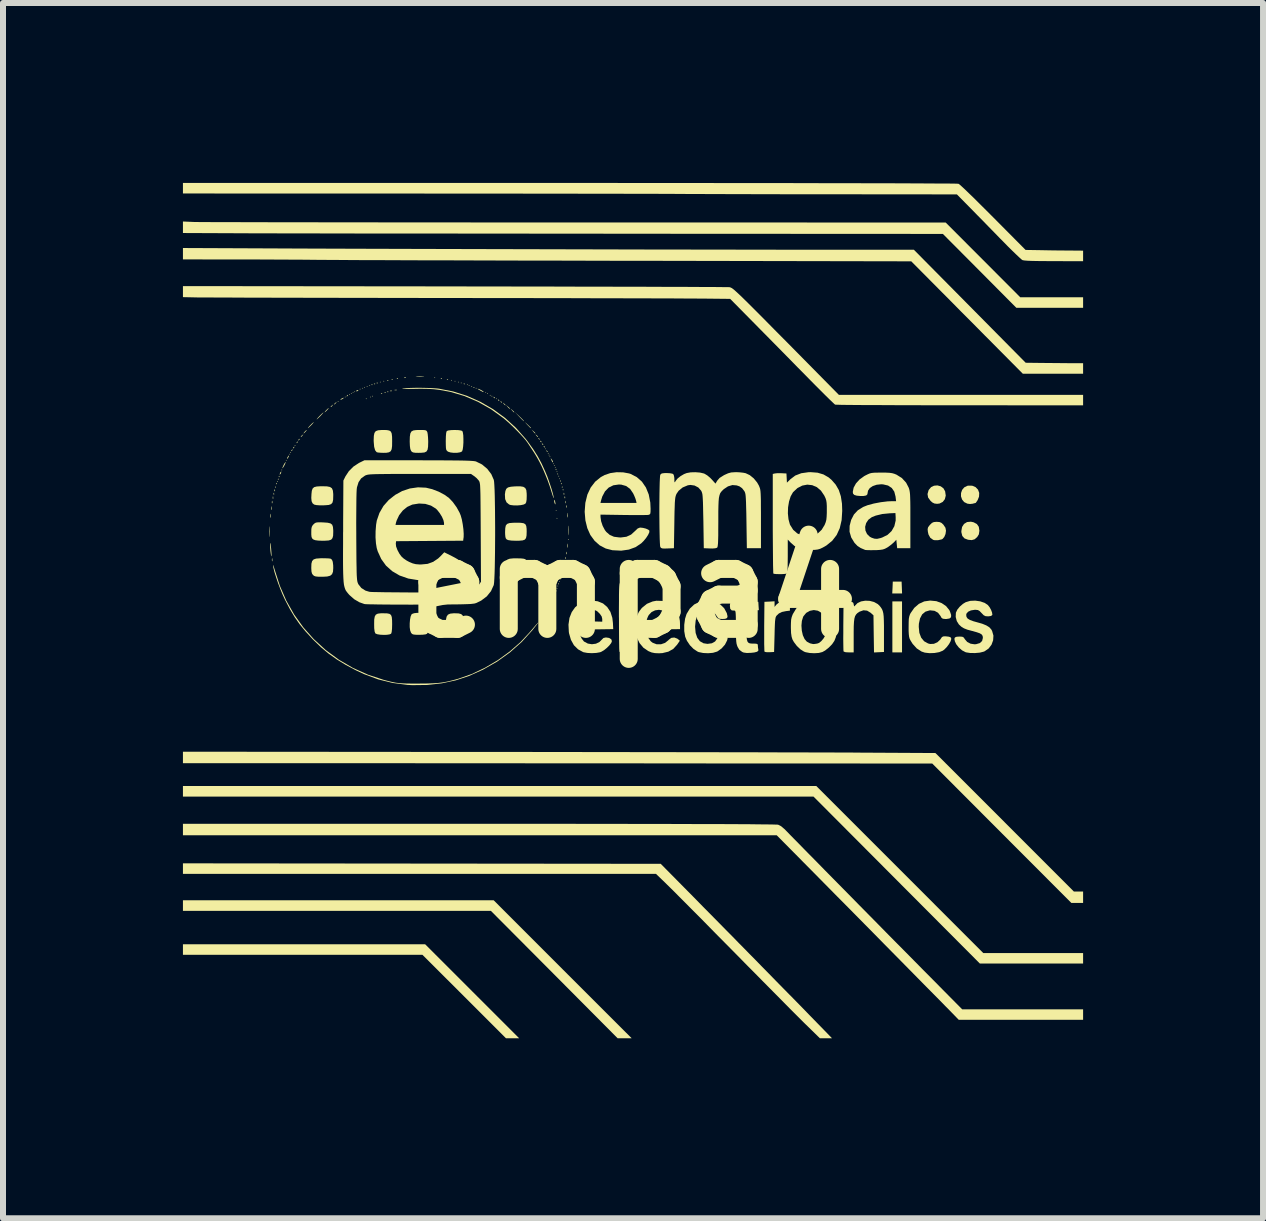
<source format=kicad_pcb>
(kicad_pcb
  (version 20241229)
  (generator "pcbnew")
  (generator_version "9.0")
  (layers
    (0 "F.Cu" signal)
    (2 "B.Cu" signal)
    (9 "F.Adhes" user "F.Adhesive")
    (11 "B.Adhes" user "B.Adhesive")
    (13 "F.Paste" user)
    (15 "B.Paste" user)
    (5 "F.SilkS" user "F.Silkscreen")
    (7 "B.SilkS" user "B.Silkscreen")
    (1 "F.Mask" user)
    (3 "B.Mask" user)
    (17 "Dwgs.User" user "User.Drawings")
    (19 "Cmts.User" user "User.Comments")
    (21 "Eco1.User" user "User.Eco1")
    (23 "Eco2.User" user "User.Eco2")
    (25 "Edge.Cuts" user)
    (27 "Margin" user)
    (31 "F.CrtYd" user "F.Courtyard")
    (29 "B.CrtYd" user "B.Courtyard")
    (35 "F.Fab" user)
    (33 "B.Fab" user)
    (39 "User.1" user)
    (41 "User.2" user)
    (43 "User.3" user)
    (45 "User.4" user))
  (footprint "empa4"
    (layer "F.Cu")
    (at 7.504 6.757)
    (property "Reference" "empa4" (at 0 0 0) (layer "F.SilkS") (effects (font (size 1.5 1.5) (thickness 0.3))))
    (attr board_only exclude_from_pos_files exclude_from_bom)
    (fp_poly (pts (xy -5.921 -1.781) (xy -5.929 -1.773) (xy -5.936 -1.781) (xy -5.929 -1.788)) (stroke (width 0) (type solid)) (fill yes) (layer "F.SilkS"))
    (fp_poly (pts (xy -5.848 -1.971) (xy -5.855 -1.964) (xy -5.863 -1.971) (xy -5.855 -1.979)) (stroke (width 0) (type solid)) (fill yes) (layer "F.SilkS"))
    (fp_poly (pts (xy -5.775 -2.133) (xy -5.782 -2.125) (xy -5.789 -2.133) (xy -5.782 -2.14)) (stroke (width 0) (type solid)) (fill yes) (layer "F.SilkS"))
    (fp_poly (pts (xy -5.716 -2.235) (xy -5.723 -2.228) (xy -5.731 -2.235) (xy -5.723 -2.242)) (stroke (width 0) (type solid)) (fill yes) (layer "F.SilkS"))
    (fp_poly (pts (xy -5.701 -2.264) (xy -5.709 -2.257) (xy -5.716 -2.264) (xy -5.709 -2.272)) (stroke (width 0) (type solid)) (fill yes) (layer "F.SilkS"))
    (fp_poly (pts (xy -5.628 -2.382) (xy -5.635 -2.374) (xy -5.643 -2.382) (xy -5.635 -2.389)) (stroke (width 0) (type solid)) (fill yes) (layer "F.SilkS"))
    (fp_poly (pts (xy -4.91 -3.115) (xy -4.917 -3.107) (xy -4.925 -3.115) (xy -4.917 -3.122)) (stroke (width 0) (type solid)) (fill yes) (layer "F.SilkS"))
    (fp_poly (pts (xy -4.793 -3.188) (xy -4.8 -3.18) (xy -4.807 -3.188) (xy -4.8 -3.195)) (stroke (width 0) (type solid)) (fill yes) (layer "F.SilkS"))
    (fp_poly (pts (xy -4.719 -3.232) (xy -4.727 -3.224) (xy -4.734 -3.232) (xy -4.727 -3.239)) (stroke (width 0) (type solid)) (fill yes) (layer "F.SilkS"))
    (fp_poly (pts (xy -4.69 -3.246) (xy -4.697 -3.239) (xy -4.705 -3.246) (xy -4.697 -3.254)) (stroke (width 0) (type solid)) (fill yes) (layer "F.SilkS"))
    (fp_poly (pts (xy -4.661 -3.261) (xy -4.668 -3.254) (xy -4.675 -3.261) (xy -4.668 -3.268)) (stroke (width 0) (type solid)) (fill yes) (layer "F.SilkS"))
    (fp_poly (pts (xy -4.632 -3.276) (xy -4.639 -3.268) (xy -4.646 -3.276) (xy -4.639 -3.283)) (stroke (width 0) (type solid)) (fill yes) (layer "F.SilkS"))
    (fp_poly (pts (xy -4.544 -3.32) (xy -4.551 -3.312) (xy -4.558 -3.32) (xy -4.551 -3.327)) (stroke (width 0) (type solid)) (fill yes) (layer "F.SilkS"))
    (fp_poly (pts (xy -4.5 -3.334) (xy -4.507 -3.327) (xy -4.514 -3.334) (xy -4.507 -3.342)) (stroke (width 0) (type solid)) (fill yes) (layer "F.SilkS"))
    (fp_poly (pts (xy -4.47 -3.349) (xy -4.478 -3.342) (xy -4.485 -3.349) (xy -4.478 -3.356)) (stroke (width 0) (type solid)) (fill yes) (layer "F.SilkS"))
    (fp_poly (pts (xy -4.441 -3.159) (xy -4.448 -3.151) (xy -4.456 -3.159) (xy -4.448 -3.166)) (stroke (width 0) (type solid)) (fill yes) (layer "F.SilkS"))
    (fp_poly (pts (xy -4.426 -3.364) (xy -4.434 -3.356) (xy -4.441 -3.364) (xy -4.434 -3.371)) (stroke (width 0) (type solid)) (fill yes) (layer "F.SilkS"))
    (fp_poly (pts (xy -4.382 -3.378) (xy -4.39 -3.371) (xy -4.397 -3.378) (xy -4.39 -3.386)) (stroke (width 0) (type solid)) (fill yes) (layer "F.SilkS"))
    (fp_poly (pts (xy -4.368 -3.188) (xy -4.375 -3.18) (xy -4.382 -3.188) (xy -4.375 -3.195)) (stroke (width 0) (type solid)) (fill yes) (layer "F.SilkS"))
    (fp_poly (pts (xy -4.338 -3.202) (xy -4.346 -3.195) (xy -4.353 -3.202) (xy -4.346 -3.21)) (stroke (width 0) (type solid)) (fill yes) (layer "F.SilkS"))
    (fp_poly (pts (xy -4.206 -3.437) (xy -4.214 -3.43) (xy -4.221 -3.437) (xy -4.214 -3.444)) (stroke (width 0) (type solid)) (fill yes) (layer "F.SilkS"))
    (fp_poly (pts (xy -4.148 -3.452) (xy -4.155 -3.444) (xy -4.162 -3.452) (xy -4.155 -3.459)) (stroke (width 0) (type solid)) (fill yes) (layer "F.SilkS"))
    (fp_poly (pts (xy -3.298 -3.51) (xy -3.305 -3.503) (xy -3.312 -3.51) (xy -3.305 -3.518)) (stroke (width 0) (type solid)) (fill yes) (layer "F.SilkS"))
    (fp_poly (pts (xy -3.019 -3.466) (xy -3.027 -3.459) (xy -3.034 -3.466) (xy -3.027 -3.474)) (stroke (width 0) (type solid)) (fill yes) (layer "F.SilkS"))
    (fp_poly (pts (xy -2.961 -3.452) (xy -2.968 -3.444) (xy -2.975 -3.452) (xy -2.968 -3.459)) (stroke (width 0) (type solid)) (fill yes) (layer "F.SilkS"))
    (fp_poly (pts (xy -2.902 -3.437) (xy -2.909 -3.43) (xy -2.917 -3.437) (xy -2.909 -3.444)) (stroke (width 0) (type solid)) (fill yes) (layer "F.SilkS"))
    (fp_poly (pts (xy -2.858 -3.422) (xy -2.865 -3.415) (xy -2.873 -3.422) (xy -2.865 -3.43)) (stroke (width 0) (type solid)) (fill yes) (layer "F.SilkS"))
    (fp_poly (pts (xy -2.755 -3.393) (xy -2.763 -3.386) (xy -2.77 -3.393) (xy -2.763 -3.4)) (stroke (width 0) (type solid)) (fill yes) (layer "F.SilkS"))
    (fp_poly (pts (xy -2.726 -3.378) (xy -2.733 -3.371) (xy -2.741 -3.378) (xy -2.733 -3.386)) (stroke (width 0) (type solid)) (fill yes) (layer "F.SilkS"))
    (fp_poly (pts (xy -2.682 -3.364) (xy -2.689 -3.356) (xy -2.697 -3.364) (xy -2.689 -3.371)) (stroke (width 0) (type solid)) (fill yes) (layer "F.SilkS"))
    (fp_poly (pts (xy -2.609 -3.334) (xy -2.616 -3.327) (xy -2.624 -3.334) (xy -2.616 -3.342)) (stroke (width 0) (type solid)) (fill yes) (layer "F.SilkS"))
    (fp_poly (pts (xy -2.448 -3.261) (xy -2.455 -3.254) (xy -2.462 -3.261) (xy -2.455 -3.268)) (stroke (width 0) (type solid)) (fill yes) (layer "F.SilkS"))
    (fp_poly (pts (xy -2.418 -3.246) (xy -2.426 -3.239) (xy -2.433 -3.246) (xy -2.426 -3.254)) (stroke (width 0) (type solid)) (fill yes) (layer "F.SilkS"))
    (fp_poly (pts (xy -2.374 -3.217) (xy -2.382 -3.21) (xy -2.389 -3.217) (xy -2.382 -3.224)) (stroke (width 0) (type solid)) (fill yes) (layer "F.SilkS"))
    (fp_poly (pts (xy -2.345 -3.202) (xy -2.352 -3.195) (xy -2.36 -3.202) (xy -2.352 -3.21)) (stroke (width 0) (type solid)) (fill yes) (layer "F.SilkS"))
    (fp_poly (pts (xy -2.272 -3.159) (xy -2.279 -3.151) (xy -2.286 -3.159) (xy -2.279 -3.166)) (stroke (width 0) (type solid)) (fill yes) (layer "F.SilkS"))
    (fp_poly (pts (xy -1.451 -2.323) (xy -1.458 -2.316) (xy -1.466 -2.323) (xy -1.458 -2.33)) (stroke (width 0) (type solid)) (fill yes) (layer "F.SilkS"))
    (fp_poly (pts (xy -1.407 -2.25) (xy -1.414 -2.242) (xy -1.422 -2.25) (xy -1.414 -2.257)) (stroke (width 0) (type solid)) (fill yes) (layer "F.SilkS"))
    (fp_poly (pts (xy -1.392 -2.22) (xy -1.4 -2.213) (xy -1.407 -2.22) (xy -1.4 -2.228)) (stroke (width 0) (type solid)) (fill yes) (layer "F.SilkS"))
    (fp_poly (pts (xy -1.378 -2.191) (xy -1.385 -2.184) (xy -1.392 -2.191) (xy -1.385 -2.199)) (stroke (width 0) (type solid)) (fill yes) (layer "F.SilkS"))
    (fp_poly (pts (xy -1.378 0.256) (xy -1.385 0.264) (xy -1.392 0.256) (xy -1.385 0.249)) (stroke (width 0) (type solid)) (fill yes) (layer "F.SilkS"))
    (fp_poly (pts (xy -1.363 0.227) (xy -1.37 0.235) (xy -1.378 0.227) (xy -1.37 0.22)) (stroke (width 0) (type solid)) (fill yes) (layer "F.SilkS"))
    (fp_poly (pts (xy -1.348 0.198) (xy -1.356 0.205) (xy -1.363 0.198) (xy -1.356 0.191)) (stroke (width 0) (type solid)) (fill yes) (layer "F.SilkS"))
    (fp_poly (pts (xy -1.334 0.169) (xy -1.341 0.176) (xy -1.348 0.169) (xy -1.341 0.161)) (stroke (width 0) (type solid)) (fill yes) (layer "F.SilkS"))
    (fp_poly (pts (xy -1.319 -2.074) (xy -1.326 -2.067) (xy -1.334 -2.074) (xy -1.326 -2.081)) (stroke (width 0) (type solid)) (fill yes) (layer "F.SilkS"))
    (fp_poly (pts (xy -1.319 0.139) (xy -1.326 0.147) (xy -1.334 0.139) (xy -1.326 0.132)) (stroke (width 0) (type solid)) (fill yes) (layer "F.SilkS"))
    (fp_poly (pts (xy -1.304 -2.045) (xy -1.312 -2.037) (xy -1.319 -2.045) (xy -1.312 -2.052)) (stroke (width 0) (type solid)) (fill yes) (layer "F.SilkS"))
    (fp_poly (pts (xy -1.29 -2.015) (xy -1.297 -2.008) (xy -1.304 -2.015) (xy -1.297 -2.023)) (stroke (width 0) (type solid)) (fill yes) (layer "F.SilkS"))
    (fp_poly (pts (xy -1.275 -1.297) (xy -1.282 -1.29) (xy -1.29 -1.297) (xy -1.282 -1.304)) (stroke (width 0) (type solid)) (fill yes) (layer "F.SilkS"))
    (fp_poly (pts (xy -1.26 -1.942) (xy -1.268 -1.935) (xy -1.275 -1.942) (xy -1.268 -1.949)) (stroke (width 0) (type solid)) (fill yes) (layer "F.SilkS"))
    (fp_poly (pts (xy -1.26 -1.165) (xy -1.268 -1.158) (xy -1.275 -1.165) (xy -1.268 -1.173)) (stroke (width 0) (type solid)) (fill yes) (layer "F.SilkS"))
    (fp_poly (pts (xy -1.26 0.007) (xy -1.268 0.015) (xy -1.275 0.007) (xy -1.268 0)) (stroke (width 0) (type solid)) (fill yes) (layer "F.SilkS"))
    (fp_poly (pts (xy -1.246 -0.037) (xy -1.253 -0.029) (xy -1.26 -0.037) (xy -1.253 -0.044)) (stroke (width 0) (type solid)) (fill yes) (layer "F.SilkS"))
    (fp_poly (pts (xy -1.231 -1.869) (xy -1.238 -1.861) (xy -1.246 -1.869) (xy -1.238 -1.876)) (stroke (width 0) (type solid)) (fill yes) (layer "F.SilkS"))
    (fp_poly (pts (xy -1.217 -1.825) (xy -1.224 -1.817) (xy -1.231 -1.825) (xy -1.224 -1.832)) (stroke (width 0) (type solid)) (fill yes) (layer "F.SilkS"))
    (fp_poly (pts (xy -1.217 -0.11) (xy -1.224 -0.103) (xy -1.231 -0.11) (xy -1.224 -0.117)) (stroke (width 0) (type solid)) (fill yes) (layer "F.SilkS"))
    (fp_poly (pts (xy -1.202 -0.154) (xy -1.209 -0.147) (xy -1.217 -0.154) (xy -1.209 -0.161)) (stroke (width 0) (type solid)) (fill yes) (layer "F.SilkS"))
    (fp_poly (pts (xy -1.187 -0.198) (xy -1.195 -0.191) (xy -1.202 -0.198) (xy -1.195 -0.205)) (stroke (width 0) (type solid)) (fill yes) (layer "F.SilkS"))
    (fp_poly (pts (xy -1.07 -0.813) (xy -1.077 -0.806) (xy -1.085 -0.813) (xy -1.077 -0.821)) (stroke (width 0) (type solid)) (fill yes) (layer "F.SilkS"))
    (fp_poly (pts (xy -6.014 -1.455) (xy -6.012 -1.425) (xy -6.014 -1.418) (xy -6.02 -1.416) (xy -6.022 -1.436) (xy -6.019 -1.457)) (stroke (width 0) (type solid)) (fill yes) (layer "F.SilkS"))
    (fp_poly (pts (xy -6 -1.528) (xy -5.998 -1.498) (xy -6 -1.491) (xy -6.005 -1.489) (xy -6.007 -1.51) (xy -6.005 -1.53)) (stroke (width 0) (type solid)) (fill yes) (layer "F.SilkS"))
    (fp_poly (pts (xy -5.985 -1.586) (xy -5.983 -1.563) (xy -5.986 -1.558) (xy -5.992 -1.562) (xy -5.993 -1.577) (xy -5.99 -1.592)) (stroke (width 0) (type solid)) (fill yes) (layer "F.SilkS"))
    (fp_poly (pts (xy -5.97 -1.644) (xy -5.968 -1.621) (xy -5.971 -1.616) (xy -5.978 -1.621) (xy -5.979 -1.635) (xy -5.975 -1.651)) (stroke (width 0) (type solid)) (fill yes) (layer "F.SilkS"))
    (fp_poly (pts (xy -5.955 -1.695) (xy -5.954 -1.678) (xy -5.955 -1.676) (xy -5.964 -1.678) (xy -5.965 -1.686) (xy -5.96 -1.698)) (stroke (width 0) (type solid)) (fill yes) (layer "F.SilkS"))
    (fp_poly (pts (xy -5.941 -1.754) (xy -5.939 -1.737) (xy -5.941 -1.734) (xy -5.95 -1.736) (xy -5.951 -1.744) (xy -5.945 -1.756)) (stroke (width 0) (type solid)) (fill yes) (layer "F.SilkS"))
    (fp_poly (pts (xy -5.912 -1.827) (xy -5.91 -1.81) (xy -5.912 -1.808) (xy -5.92 -1.81) (xy -5.921 -1.817) (xy -5.916 -1.829)) (stroke (width 0) (type solid)) (fill yes) (layer "F.SilkS"))
    (fp_poly (pts (xy -5.897 -1.871) (xy -5.895 -1.854) (xy -5.897 -1.852) (xy -5.906 -1.854) (xy -5.907 -1.861) (xy -5.901 -1.873)) (stroke (width 0) (type solid)) (fill yes) (layer "F.SilkS"))
    (fp_poly (pts (xy -4.343 -3.395) (xy -4.345 -3.387) (xy -4.353 -3.386) (xy -4.365 -3.391) (xy -4.363 -3.395) (xy -4.345 -3.397)) (stroke (width 0) (type solid)) (fill yes) (layer "F.SilkS"))
    (fp_poly (pts (xy -4.299 -3.41) (xy -4.301 -3.401) (xy -4.309 -3.4) (xy -4.321 -3.406) (xy -4.319 -3.41) (xy -4.301 -3.412)) (stroke (width 0) (type solid)) (fill yes) (layer "F.SilkS"))
    (fp_poly (pts (xy -4.255 -3.425) (xy -4.257 -3.416) (xy -4.265 -3.415) (xy -4.277 -3.42) (xy -4.275 -3.425) (xy -4.257 -3.427)) (stroke (width 0) (type solid)) (fill yes) (layer "F.SilkS"))
    (fp_poly (pts (xy -4.182 -3.249) (xy -4.184 -3.24) (xy -4.192 -3.239) (xy -4.204 -3.244) (xy -4.202 -3.249) (xy -4.184 -3.251)) (stroke (width 0) (type solid)) (fill yes) (layer "F.SilkS"))
    (fp_poly (pts (xy -4.123 -3.264) (xy -4.125 -3.255) (xy -4.133 -3.254) (xy -4.145 -3.259) (xy -4.143 -3.264) (xy -4.126 -3.265)) (stroke (width 0) (type solid)) (fill yes) (layer "F.SilkS"))
    (fp_poly (pts (xy -4.079 -3.469) (xy -4.081 -3.46) (xy -4.089 -3.459) (xy -4.101 -3.464) (xy -4.099 -3.469) (xy -4.082 -3.47)) (stroke (width 0) (type solid)) (fill yes) (layer "F.SilkS"))
    (fp_poly (pts (xy -4.079 -3.278) (xy -4.081 -3.269) (xy -4.089 -3.268) (xy -4.101 -3.274) (xy -4.099 -3.278) (xy -4.082 -3.28)) (stroke (width 0) (type solid)) (fill yes) (layer "F.SilkS"))
    (fp_poly (pts (xy -4.02 -3.292) (xy -4.024 -3.285) (xy -4.039 -3.284) (xy -4.055 -3.288) (xy -4.048 -3.293) (xy -4.025 -3.295)) (stroke (width 0) (type solid)) (fill yes) (layer "F.SilkS"))
    (fp_poly (pts (xy -4.006 -3.483) (xy -4.008 -3.475) (xy -4.016 -3.474) (xy -4.028 -3.479) (xy -4.026 -3.483) (xy -4.008 -3.485)) (stroke (width 0) (type solid)) (fill yes) (layer "F.SilkS"))
    (fp_poly (pts (xy -3.939 -3.307) (xy -3.937 -3.302) (xy -3.957 -3.3) (xy -3.978 -3.302) (xy -3.976 -3.307) (xy -3.946 -3.309)) (stroke (width 0) (type solid)) (fill yes) (layer "F.SilkS"))
    (fp_poly (pts (xy -3.918 -3.498) (xy -3.92 -3.489) (xy -3.928 -3.488) (xy -3.94 -3.494) (xy -3.938 -3.498) (xy -3.92 -3.5)) (stroke (width 0) (type solid)) (fill yes) (layer "F.SilkS"))
    (fp_poly (pts (xy -3.785 -3.512) (xy -3.79 -3.505) (xy -3.805 -3.504) (xy -3.82 -3.508) (xy -3.813 -3.513) (xy -3.791 -3.515)) (stroke (width 0) (type solid)) (fill yes) (layer "F.SilkS"))
    (fp_poly (pts (xy -3.185 -3.498) (xy -3.187 -3.489) (xy -3.195 -3.488) (xy -3.207 -3.494) (xy -3.205 -3.498) (xy -3.188 -3.5)) (stroke (width 0) (type solid)) (fill yes) (layer "F.SilkS"))
    (fp_poly (pts (xy -3.083 -3.483) (xy -3.085 -3.475) (xy -3.093 -3.474) (xy -3.105 -3.479) (xy -3.102 -3.483) (xy -3.085 -3.485)) (stroke (width 0) (type solid)) (fill yes) (layer "F.SilkS"))
    (fp_poly (pts (xy -2.804 -3.41) (xy -2.806 -3.401) (xy -2.814 -3.4) (xy -2.826 -3.406) (xy -2.824 -3.41) (xy -2.806 -3.412)) (stroke (width 0) (type solid)) (fill yes) (layer "F.SilkS"))
    (fp_poly (pts (xy -2.643 -3.351) (xy -2.645 -3.343) (xy -2.653 -3.342) (xy -2.665 -3.347) (xy -2.663 -3.351) (xy -2.645 -3.353)) (stroke (width 0) (type solid)) (fill yes) (layer "F.SilkS"))
    (fp_poly (pts (xy -1.28 -1.988) (xy -1.278 -1.971) (xy -1.28 -1.969) (xy -1.289 -1.971) (xy -1.29 -1.979) (xy -1.284 -1.991)) (stroke (width 0) (type solid)) (fill yes) (layer "F.SilkS"))
    (fp_poly (pts (xy -1.251 -1.915) (xy -1.249 -1.898) (xy -1.251 -1.896) (xy -1.259 -1.898) (xy -1.26 -1.905) (xy -1.255 -1.917)) (stroke (width 0) (type solid)) (fill yes) (layer "F.SilkS"))
    (fp_poly (pts (xy -1.236 -0.083) (xy -1.234 -0.066) (xy -1.236 -0.064) (xy -1.245 -0.066) (xy -1.246 -0.073) (xy -1.24 -0.085)) (stroke (width 0) (type solid)) (fill yes) (layer "F.SilkS"))
    (fp_poly (pts (xy -1.207 -1.798) (xy -1.205 -1.78) (xy -1.207 -1.778) (xy -1.215 -1.78) (xy -1.217 -1.788) (xy -1.211 -1.8)) (stroke (width 0) (type solid)) (fill yes) (layer "F.SilkS"))
    (fp_poly (pts (xy -1.192 -1.754) (xy -1.19 -1.737) (xy -1.192 -1.734) (xy -1.201 -1.736) (xy -1.202 -1.744) (xy -1.196 -1.756)) (stroke (width 0) (type solid)) (fill yes) (layer "F.SilkS"))
    (fp_poly (pts (xy -1.177 -1.695) (xy -1.176 -1.678) (xy -1.177 -1.676) (xy -1.186 -1.678) (xy -1.187 -1.686) (xy -1.182 -1.698)) (stroke (width 0) (type solid)) (fill yes) (layer "F.SilkS"))
    (fp_poly (pts (xy -1.177 -0.259) (xy -1.176 -0.242) (xy -1.177 -0.239) (xy -1.186 -0.241) (xy -1.187 -0.249) (xy -1.182 -0.261)) (stroke (width 0) (type solid)) (fill yes) (layer "F.SilkS"))
    (fp_poly (pts (xy -1.163 -1.651) (xy -1.161 -1.634) (xy -1.163 -1.632) (xy -1.171 -1.634) (xy -1.173 -1.642) (xy -1.167 -1.654)) (stroke (width 0) (type solid)) (fill yes) (layer "F.SilkS"))
    (fp_poly (pts (xy -1.163 -0.311) (xy -1.161 -0.288) (xy -1.164 -0.282) (xy -1.17 -0.287) (xy -1.171 -0.302) (xy -1.168 -0.317)) (stroke (width 0) (type solid)) (fill yes) (layer "F.SilkS"))
    (fp_poly (pts (xy -1.148 -1.586) (xy -1.146 -1.563) (xy -1.149 -1.558) (xy -1.156 -1.562) (xy -1.157 -1.577) (xy -1.153 -1.592)) (stroke (width 0) (type solid)) (fill yes) (layer "F.SilkS"))
    (fp_poly (pts (xy -1.148 -0.369) (xy -1.146 -0.346) (xy -1.149 -0.341) (xy -1.156 -0.345) (xy -1.157 -0.36) (xy -1.153 -0.376)) (stroke (width 0) (type solid)) (fill yes) (layer "F.SilkS"))
    (fp_poly (pts (xy -1.133 -1.527) (xy -1.131 -1.504) (xy -1.134 -1.499) (xy -1.141 -1.503) (xy -1.142 -1.518) (xy -1.138 -1.534)) (stroke (width 0) (type solid)) (fill yes) (layer "F.SilkS"))
    (fp_poly (pts (xy -1.133 -0.442) (xy -1.131 -0.42) (xy -1.134 -0.414) (xy -1.141 -0.419) (xy -1.142 -0.434) (xy -1.138 -0.449)) (stroke (width 0) (type solid)) (fill yes) (layer "F.SilkS"))
    (fp_poly (pts (xy -1.119 -1.455) (xy -1.117 -1.425) (xy -1.119 -1.418) (xy -1.124 -1.416) (xy -1.126 -1.436) (xy -1.124 -1.457)) (stroke (width 0) (type solid)) (fill yes) (layer "F.SilkS"))
    (fp_poly (pts (xy -1.119 -0.516) (xy -1.117 -0.493) (xy -1.12 -0.488) (xy -1.126 -0.492) (xy -1.127 -0.507) (xy -1.124 -0.523)) (stroke (width 0) (type solid)) (fill yes) (layer "F.SilkS"))
    (fp_poly (pts (xy -1.104 -1.381) (xy -1.102 -1.351) (xy -1.104 -1.345) (xy -1.11 -1.343) (xy -1.112 -1.363) (xy -1.109 -1.384)) (stroke (width 0) (type solid)) (fill yes) (layer "F.SilkS"))
    (fp_poly (pts (xy -1.104 -0.605) (xy -1.102 -0.575) (xy -1.104 -0.568) (xy -1.11 -0.566) (xy -1.112 -0.586) (xy -1.109 -0.607)) (stroke (width 0) (type solid)) (fill yes) (layer "F.SilkS"))
    (fp_poly (pts (xy -4.58 -3.298) (xy -4.596 -3.285) (xy -4.613 -3.283) (xy -4.617 -3.289) (xy -4.605 -3.298) (xy -4.594 -3.303) (xy -4.579 -3.304)) (stroke (width 0) (type solid)) (fill yes) (layer "F.SilkS"))
    (fp_poly (pts (xy -2.318 -3.189) (xy -2.302 -3.176) (xy -2.301 -3.172) (xy -2.308 -3.166) (xy -2.323 -3.18) (xy -2.324 -3.183) (xy -2.326 -3.193)) (stroke (width 0) (type solid)) (fill yes) (layer "F.SilkS"))
    (fp_poly (pts (xy -2.245 -3.145) (xy -2.229 -3.13) (xy -2.232 -3.122) (xy -2.234 -3.122) (xy -2.247 -3.132) (xy -2.251 -3.139) (xy -2.253 -3.149)) (stroke (width 0) (type solid)) (fill yes) (layer "F.SilkS"))
    (fp_poly (pts (xy -2.201 -3.116) (xy -2.185 -3.101) (xy -2.188 -3.093) (xy -2.19 -3.093) (xy -2.203 -3.103) (xy -2.207 -3.109) (xy -2.209 -3.12)) (stroke (width 0) (type solid)) (fill yes) (layer "F.SilkS"))
    (fp_poly (pts (xy -2.085 -3.028) (xy -2.061 -3.007) (xy -2.052 -2.995) (xy -2.059 -2.991) (xy -2.08 -3.011) (xy -2.09 -3.023) (xy -2.118 -3.056)) (stroke (width 0) (type solid)) (fill yes) (layer "F.SilkS"))
    (fp_poly (pts (xy -2.012 -2.969) (xy -1.984 -2.943) (xy -1.98 -2.932) (xy -1.984 -2.931) (xy -1.996 -2.941) (xy -2.017 -2.964) (xy -2.045 -2.997)) (stroke (width 0) (type solid)) (fill yes) (layer "F.SilkS"))
    (fp_poly (pts (xy -1.66 -2.618) (xy -1.632 -2.592) (xy -1.628 -2.58) (xy -1.632 -2.58) (xy -1.644 -2.589) (xy -1.665 -2.613) (xy -1.693 -2.646)) (stroke (width 0) (type solid)) (fill yes) (layer "F.SilkS"))
    (fp_poly (pts (xy -1.571 -2.5) (xy -1.555 -2.486) (xy -1.558 -2.477) (xy -1.56 -2.477) (xy -1.572 -2.487) (xy -1.577 -2.494) (xy -1.579 -2.504)) (stroke (width 0) (type solid)) (fill yes) (layer "F.SilkS"))
    (fp_poly (pts (xy -1.541 -2.456) (xy -1.526 -2.443) (xy -1.524 -2.439) (xy -1.531 -2.433) (xy -1.546 -2.447) (xy -1.548 -2.45) (xy -1.549 -2.46)) (stroke (width 0) (type solid)) (fill yes) (layer "F.SilkS"))
    (fp_poly (pts (xy -1.512 -2.412) (xy -1.496 -2.398) (xy -1.499 -2.389) (xy -1.501 -2.389) (xy -1.514 -2.399) (xy -1.518 -2.406) (xy -1.52 -2.416)) (stroke (width 0) (type solid)) (fill yes) (layer "F.SilkS"))
    (fp_poly (pts (xy -1.483 -2.368) (xy -1.467 -2.355) (xy -1.466 -2.352) (xy -1.473 -2.346) (xy -1.487 -2.359) (xy -1.489 -2.362) (xy -1.491 -2.372)) (stroke (width 0) (type solid)) (fill yes) (layer "F.SilkS"))
    (fp_poly (pts (xy -1.439 -2.295) (xy -1.423 -2.282) (xy -1.422 -2.278) (xy -1.429 -2.272) (xy -1.443 -2.286) (xy -1.445 -2.289) (xy -1.447 -2.299)) (stroke (width 0) (type solid)) (fill yes) (layer "F.SilkS"))
    (fp_poly (pts (xy -6.043 -1.235) (xy -6.04 -1.196) (xy -6.043 -1.176) (xy -6.047 -1.173) (xy -6.049 -1.194) (xy -6.05 -1.209) (xy -6.048 -1.238) (xy -6.045 -1.242)) (stroke (width 0) (type solid)) (fill yes) (layer "F.SilkS"))
    (fp_poly (pts (xy -6.028 -1.359) (xy -6.026 -1.322) (xy -6.028 -1.308) (xy -6.033 -1.304) (xy -6.035 -1.324) (xy -6.035 -1.334) (xy -6.034 -1.36) (xy -6.03 -1.364)) (stroke (width 0) (type solid)) (fill yes) (layer "F.SilkS"))
    (fp_poly (pts (xy -6.014 -0.497) (xy -6.014 -0.494) (xy -6.012 -0.462) (xy -6.014 -0.45) (xy -6.019 -0.45) (xy -6.021 -0.473) (xy -6.021 -0.476) (xy -6.019 -0.499)) (stroke (width 0) (type solid)) (fill yes) (layer "F.SilkS"))
    (fp_poly (pts (xy -5.863 -1.942) (xy -5.87 -1.918) (xy -5.877 -1.905) (xy -5.889 -1.894) (xy -5.892 -1.898) (xy -5.884 -1.922) (xy -5.877 -1.935) (xy -5.866 -1.946)) (stroke (width 0) (type solid)) (fill yes) (layer "F.SilkS"))
    (fp_poly (pts (xy -5.737 -2.202) (xy -5.745 -2.184) (xy -5.761 -2.161) (xy -5.768 -2.155) (xy -5.768 -2.165) (xy -5.76 -2.184) (xy -5.745 -2.207) (xy -5.737 -2.213)) (stroke (width 0) (type solid)) (fill yes) (layer "F.SilkS"))
    (fp_poly (pts (xy -5.677 -2.306) (xy -5.679 -2.301) (xy -5.693 -2.287) (xy -5.696 -2.286) (xy -5.697 -2.296) (xy -5.694 -2.301) (xy -5.68 -2.315) (xy -5.678 -2.316)) (stroke (width 0) (type solid)) (fill yes) (layer "F.SilkS"))
    (fp_poly (pts (xy -5.647 -2.35) (xy -5.65 -2.345) (xy -5.664 -2.331) (xy -5.667 -2.33) (xy -5.668 -2.34) (xy -5.665 -2.345) (xy -5.651 -2.359) (xy -5.648 -2.36)) (stroke (width 0) (type solid)) (fill yes) (layer "F.SilkS"))
    (fp_poly (pts (xy -5.589 -2.438) (xy -5.592 -2.433) (xy -5.605 -2.419) (xy -5.608 -2.418) (xy -5.609 -2.428) (xy -5.606 -2.433) (xy -5.592 -2.447) (xy -5.59 -2.448)) (stroke (width 0) (type solid)) (fill yes) (layer "F.SilkS"))
    (fp_poly (pts (xy -5.559 -2.482) (xy -5.562 -2.477) (xy -5.576 -2.463) (xy -5.579 -2.462) (xy -5.58 -2.472) (xy -5.577 -2.477) (xy -5.563 -2.491) (xy -5.56 -2.492)) (stroke (width 0) (type solid)) (fill yes) (layer "F.SilkS"))
    (fp_poly (pts (xy -5.501 -2.557) (xy -5.509 -2.547) (xy -5.53 -2.524) (xy -5.54 -2.524) (xy -5.54 -2.526) (xy -5.53 -2.539) (xy -5.515 -2.552) (xy -5.497 -2.565)) (stroke (width 0) (type solid)) (fill yes) (layer "F.SilkS"))
    (fp_poly (pts (xy -5.443 -2.629) (xy -5.46 -2.609) (xy -5.482 -2.587) (xy -5.493 -2.58) (xy -5.49 -2.589) (xy -5.474 -2.609) (xy -5.452 -2.631) (xy -5.44 -2.638)) (stroke (width 0) (type solid)) (fill yes) (layer "F.SilkS"))
    (fp_poly (pts (xy -5.003 -3.056) (xy -5.011 -3.045) (xy -5.032 -3.022) (xy -5.042 -3.022) (xy -5.042 -3.025) (xy -5.032 -3.037) (xy -5.016 -3.05) (xy -4.999 -3.063)) (stroke (width 0) (type solid)) (fill yes) (layer "F.SilkS"))
    (fp_poly (pts (xy -4.944 -3.1) (xy -4.952 -3.089) (xy -4.973 -3.066) (xy -4.983 -3.066) (xy -4.983 -3.069) (xy -4.973 -3.081) (xy -4.958 -3.094) (xy -4.94 -3.107)) (stroke (width 0) (type solid)) (fill yes) (layer "F.SilkS"))
    (fp_poly (pts (xy -4.822 -3.174) (xy -4.833 -3.162) (xy -4.851 -3.151) (xy -4.874 -3.142) (xy -4.881 -3.143) (xy -4.869 -3.155) (xy -4.851 -3.166) (xy -4.829 -3.175)) (stroke (width 0) (type solid)) (fill yes) (layer "F.SilkS"))
    (fp_poly (pts (xy -4.753 -3.215) (xy -4.756 -3.21) (xy -4.77 -3.196) (xy -4.772 -3.195) (xy -4.773 -3.205) (xy -4.771 -3.21) (xy -4.757 -3.224) (xy -4.754 -3.224)) (stroke (width 0) (type solid)) (fill yes) (layer "F.SilkS"))
    (fp_poly (pts (xy -2.161 -3.088) (xy -2.151 -3.08) (xy -2.128 -3.058) (xy -2.128 -3.049) (xy -2.131 -3.049) (xy -2.143 -3.059) (xy -2.156 -3.074) (xy -2.169 -3.092)) (stroke (width 0) (type solid)) (fill yes) (layer "F.SilkS"))
    (fp_poly (pts (xy -1.619 -2.56) (xy -1.609 -2.552) (xy -1.588 -2.534) (xy -1.583 -2.526) (xy -1.59 -2.522) (xy -1.61 -2.541) (xy -1.614 -2.547) (xy -1.627 -2.564)) (stroke (width 0) (type solid)) (fill yes) (layer "F.SilkS"))
    (fp_poly (pts (xy -1.356 -2.148) (xy -1.339 -2.122) (xy -1.334 -2.108) (xy -1.338 -2.096) (xy -1.35 -2.112) (xy -1.361 -2.136) (xy -1.372 -2.162) (xy -1.369 -2.164)) (stroke (width 0) (type solid)) (fill yes) (layer "F.SilkS"))
    (fp_poly (pts (xy -1.307 -1.468) (xy -1.298 -1.443) (xy -1.293 -1.412) (xy -1.295 -1.397) (xy -1.302 -1.405) (xy -1.311 -1.43) (xy -1.316 -1.461) (xy -1.314 -1.475)) (stroke (width 0) (type solid)) (fill yes) (layer "F.SilkS"))
    (fp_poly (pts (xy -1.089 -1.249) (xy -1.086 -1.207) (xy -1.089 -1.184) (xy -1.093 -1.177) (xy -1.095 -1.195) (xy -1.095 -1.217) (xy -1.094 -1.248) (xy -1.091 -1.257)) (stroke (width 0) (type solid)) (fill yes) (layer "F.SilkS"))
    (fp_poly (pts (xy -1.089 -0.736) (xy -1.087 -0.698) (xy -1.089 -0.678) (xy -1.093 -0.674) (xy -1.095 -0.695) (xy -1.096 -0.711) (xy -1.094 -0.739) (xy -1.091 -0.744)) (stroke (width 0) (type solid)) (fill yes) (layer "F.SilkS"))
    (fp_poly (pts (xy 4.482 -0.011) (xy 4.486 0.088) (xy 4.404 0.088) (xy 4.322 0.088) (xy 4.327 -0.011) (xy 4.331 -0.11) (xy 4.404 -0.11) (xy 4.478 -0.11)) (stroke (width 0) (type solid)) (fill yes) (layer "F.SilkS"))
    (fp_poly (pts (xy 4.485 0.645) (xy 4.485 1.07) (xy 4.404 1.07) (xy 4.324 1.07) (xy 4.324 0.645) (xy 4.324 0.22) (xy 4.404 0.22) (xy 4.485 0.22)) (stroke (width 0) (type solid)) (fill yes) (layer "F.SilkS"))
    (fp_poly (pts (xy -1.755 -2.727) (xy -1.724 -2.697) (xy -1.704 -2.677) (xy -1.7 -2.672) (xy -1.704 -2.668) (xy -1.719 -2.68) (xy -1.747 -2.709) (xy -1.76 -2.722) (xy -1.81 -2.777)) (stroke (width 0) (type solid)) (fill yes) (layer "F.SilkS"))
    (fp_poly (pts (xy -1.276 0.037) (xy -1.283 0.059) (xy -1.297 0.088) (xy -1.312 0.109) (xy -1.318 0.11) (xy -1.318 0.11) (xy -1.311 0.087) (xy -1.297 0.059) (xy -1.283 0.037) (xy -1.276 0.036)) (stroke (width 0) (type solid)) (fill yes) (layer "F.SilkS"))
    (fp_poly (pts (xy -6.057 -1.014) (xy -6.055 -0.953) (xy -6.056 -0.889) (xy -6.057 -0.868) (xy -6.059 -0.853) (xy -6.061 -0.864) (xy -6.062 -0.899) (xy -6.063 -0.945) (xy -6.062 -0.997) (xy -6.061 -1.027) (xy -6.059 -1.032)) (stroke (width 0) (type solid)) (fill yes) (layer "F.SilkS"))
    (fp_poly (pts (xy -3.499 -3.529) (xy -3.492 -3.528) (xy -3.48 -3.526) (xy -3.494 -3.524) (xy -3.531 -3.523) (xy -3.554 -3.523) (xy -3.6 -3.523) (xy -3.622 -3.525) (xy -3.62 -3.527) (xy -3.609 -3.528) (xy -3.553 -3.531)) (stroke (width 0) (type solid)) (fill yes) (layer "F.SilkS"))
    (fp_poly (pts (xy -1.894 -2.866) (xy -1.852 -2.825) (xy -1.828 -2.8) (xy -1.818 -2.788) (xy -1.821 -2.785) (xy -1.822 -2.785) (xy -1.833 -2.795) (xy -1.859 -2.82) (xy -1.894 -2.857) (xy -1.899 -2.862) (xy -1.971 -2.939)) (stroke (width 0) (type solid)) (fill yes) (layer "F.SilkS"))
    (fp_poly (pts (xy -1.074 -1.03) (xy -1.072 -0.975) (xy -1.073 -0.913) (xy -1.074 -0.898) (xy -1.076 -0.881) (xy -1.078 -0.891) (xy -1.079 -0.924) (xy -1.079 -0.96) (xy -1.079 -1.01) (xy -1.078 -1.038) (xy -1.075 -1.042)) (stroke (width 0) (type solid)) (fill yes) (layer "F.SilkS"))
    (fp_poly (pts (xy -5.791 -2.103) (xy -5.797 -2.082) (xy -5.813 -2.047) (xy -5.819 -2.037) (xy -5.836 -2.009) (xy -5.846 -1.999) (xy -5.847 -2.001) (xy -5.84 -2.022) (xy -5.824 -2.057) (xy -5.819 -2.067) (xy -5.801 -2.095) (xy -5.792 -2.105)) (stroke (width 0) (type solid)) (fill yes) (layer "F.SilkS"))
    (fp_poly (pts (xy -5.327 -2.761) (xy -5.347 -2.737) (xy -5.364 -2.719) (xy -5.395 -2.689) (xy -5.416 -2.671) (xy -5.421 -2.668) (xy -5.417 -2.677) (xy -5.396 -2.701) (xy -5.379 -2.719) (xy -5.349 -2.749) (xy -5.327 -2.767) (xy -5.322 -2.77)) (stroke (width 0) (type solid)) (fill yes) (layer "F.SilkS"))
    (fp_poly (pts (xy -5.166 -2.922) (xy -5.187 -2.898) (xy -5.21 -2.873) (xy -5.243 -2.841) (xy -5.267 -2.819) (xy -5.275 -2.814) (xy -5.27 -2.823) (xy -5.249 -2.848) (xy -5.225 -2.873) (xy -5.193 -2.905) (xy -5.169 -2.926) (xy -5.161 -2.931)) (stroke (width 0) (type solid)) (fill yes) (layer "F.SilkS"))
    (fp_poly (pts (xy -5.077 -2.995) (xy -5.096 -2.973) (xy -5.101 -2.968) (xy -5.126 -2.943) (xy -5.141 -2.932) (xy -5.142 -2.931) (xy -5.138 -2.941) (xy -5.12 -2.963) (xy -5.115 -2.968) (xy -5.09 -2.993) (xy -5.074 -3.004) (xy -5.073 -3.005)) (stroke (width 0) (type solid)) (fill yes) (layer "F.SilkS"))
    (fp_poly (pts (xy -2.682 6.72) (xy -1.898 7.504) (xy -2.008 7.504) (xy -2.118 7.504) (xy -2.814 6.808) (xy -3.511 6.112) (xy -5.508 6.112) (xy -7.504 6.112) (xy -7.504 6.024) (xy -7.504 5.936) (xy -5.485 5.936) (xy -3.466 5.936)) (stroke (width 0) (type solid)) (fill yes) (layer "F.SilkS"))
    (fp_poly (pts (xy -2.57 -3.321) (xy -2.539 -3.307) (xy -2.51 -3.29) (xy -2.493 -3.278) (xy -2.492 -3.275) (xy -2.493 -3.27) (xy -2.502 -3.272) (xy -2.525 -3.284) (xy -2.55 -3.298) (xy -2.579 -3.315) (xy -2.591 -3.325) (xy -2.59 -3.326)) (stroke (width 0) (type solid)) (fill yes) (layer "F.SilkS"))
    (fp_poly (pts (xy -1.4 0.29) (xy -1.412 0.317) (xy -1.414 0.322) (xy -1.432 0.352) (xy -1.444 0.366) (xy -1.444 0.366) (xy -1.443 0.355) (xy -1.432 0.327) (xy -1.429 0.322) (xy -1.412 0.293) (xy -1.4 0.279) (xy -1.399 0.278)) (stroke (width 0) (type solid)) (fill yes) (layer "F.SilkS"))
    (fp_poly (pts (xy -1.173 6.354) (xy -0.022 7.504) (xy -0.139 7.504) (xy -0.256 7.504) (xy -1.313 6.441) (xy -2.37 5.379) (xy -4.937 5.379) (xy -7.504 5.379) (xy -7.504 5.291) (xy -7.504 5.203) (xy -4.914 5.203) (xy -2.323 5.203)) (stroke (width 0) (type solid)) (fill yes) (layer "F.SilkS"))
    (fp_poly (pts (xy -1.457 0.392) (xy -1.471 0.418) (xy -1.494 0.453) (xy -1.519 0.489) (xy -1.536 0.51) (xy -1.545 0.518) (xy -1.54 0.506) (xy -1.521 0.474) (xy -1.516 0.465) (xy -1.488 0.423) (xy -1.466 0.393) (xy -1.456 0.381) (xy -1.455 0.381)) (stroke (width 0) (type solid)) (fill yes) (layer "F.SilkS"))
    (fp_poly (pts (xy -6.045 -0.746) (xy -6.04 -0.713) (xy -6.034 -0.664) (xy -6.033 -0.651) (xy -6.029 -0.597) (xy -6.027 -0.555) (xy -6.028 -0.533) (xy -6.029 -0.532) (xy -6.034 -0.542) (xy -6.039 -0.575) (xy -6.045 -0.624) (xy -6.046 -0.637) (xy -6.05 -0.691) (xy -6.052 -0.733) (xy -6.05 -0.755) (xy -6.05 -0.756)) (stroke (width 0) (type solid)) (fill yes) (layer "F.SilkS"))
    (fp_poly (pts (xy 4.448 4.69) (xy 5.84 6.083) (xy 6.672 6.083) (xy 7.504 6.083) (xy 7.504 6.17) (xy 7.504 6.258) (xy 6.643 6.258) (xy 5.782 6.257) (xy 4.396 4.866) (xy 3.009 3.474) (xy -2.247 3.474) (xy -7.504 3.474) (xy -7.504 3.386) (xy -7.504 3.298) (xy -2.224 3.298) (xy 3.056 3.298)) (stroke (width 0) (type solid)) (fill yes) (layer "F.SilkS"))
    (fp_poly (pts (xy 5.679 -1.099) (xy 5.733 -1.07) (xy 5.765 -1.024) (xy 5.775 -0.959) (xy 5.775 -0.958) (xy 5.766 -0.898) (xy 5.738 -0.853) (xy 5.696 -0.816) (xy 5.647 -0.802) (xy 5.586 -0.808) (xy 5.527 -0.83) (xy 5.49 -0.871) (xy 5.475 -0.931) (xy 5.474 -0.952) (xy 5.486 -1.021) (xy 5.519 -1.072) (xy 5.569 -1.103) (xy 5.633 -1.109)) (stroke (width 0) (type solid)) (fill yes) (layer "F.SilkS"))
    (fp_poly (pts (xy 5.13 -1.699) (xy 5.175 -1.666) (xy 5.204 -1.615) (xy 5.204 -1.613) (xy 5.214 -1.544) (xy 5.199 -1.484) (xy 5.164 -1.439) (xy 5.111 -1.412) (xy 5.07 -1.407) (xy 5.026 -1.412) (xy 4.99 -1.43) (xy 4.96 -1.457) (xy 4.92 -1.512) (xy 4.91 -1.57) (xy 4.928 -1.634) (xy 4.931 -1.639) (xy 4.969 -1.685) (xy 5.019 -1.709) (xy 5.075 -1.714)) (stroke (width 0) (type solid)) (fill yes) (layer "F.SilkS"))
    (fp_poly (pts (xy 5.656 -1.709) (xy 5.712 -1.685) (xy 5.752 -1.643) (xy 5.772 -1.589) (xy 5.769 -1.527) (xy 5.746 -1.469) (xy 5.726 -1.439) (xy 5.714 -1.423) (xy 5.713 -1.422) (xy 5.697 -1.418) (xy 5.666 -1.41) (xy 5.665 -1.409) (xy 5.618 -1.404) (xy 5.574 -1.41) (xy 5.521 -1.436) (xy 5.486 -1.479) (xy 5.468 -1.532) (xy 5.469 -1.587) (xy 5.487 -1.639) (xy 5.522 -1.681) (xy 5.574 -1.707) (xy 5.588 -1.71)) (stroke (width 0) (type solid)) (fill yes) (layer "F.SilkS"))
    (fp_poly (pts (xy 5.111 -1.103) (xy 5.143 -1.089) (xy 5.175 -1.059) (xy 5.209 -1.008) (xy 5.218 -0.959) (xy 5.21 -0.903) (xy 5.189 -0.854) (xy 5.16 -0.821) (xy 5.146 -0.814) (xy 5.087 -0.801) (xy 5.032 -0.8) (xy 5.005 -0.806) (xy 4.957 -0.84) (xy 4.926 -0.896) (xy 4.916 -0.941) (xy 4.912 -0.985) (xy 4.92 -1.017) (xy 4.945 -1.05) (xy 4.951 -1.057) (xy 4.984 -1.089) (xy 5.016 -1.103) (xy 5.063 -1.107) (xy 5.064 -1.107)) (stroke (width 0) (type solid)) (fill yes) (layer "F.SilkS"))
    (fp_poly (pts (xy -4.107 -2.637) (xy -4.064 -2.629) (xy -4.037 -2.611) (xy -4.023 -2.578) (xy -4.017 -2.524) (xy -4.016 -2.449) (xy -4.017 -2.371) (xy -4.024 -2.317) (xy -4.04 -2.284) (xy -4.069 -2.266) (xy -4.113 -2.258) (xy -4.164 -2.257) (xy -4.215 -2.259) (xy -4.256 -2.263) (xy -4.275 -2.269) (xy -4.3 -2.3) (xy -4.316 -2.358) (xy -4.323 -2.439) (xy -4.324 -2.467) (xy -4.321 -2.541) (xy -4.311 -2.589) (xy -4.289 -2.619) (xy -4.25 -2.633) (xy -4.19 -2.638) (xy -4.17 -2.638)) (stroke (width 0) (type solid)) (fill yes) (layer "F.SilkS"))
    (fp_poly (pts (xy -1.876 -1.091) (xy -1.826 -1.084) (xy -1.796 -1.068) (xy -1.78 -1.038) (xy -1.774 -0.991) (xy -1.773 -0.945) (xy -1.775 -0.88) (xy -1.784 -0.836) (xy -1.804 -0.81) (xy -1.84 -0.797) (xy -1.898 -0.792) (xy -1.948 -0.791) (xy -2.027 -0.794) (xy -2.08 -0.802) (xy -2.104 -0.812) (xy -2.12 -0.829) (xy -2.128 -0.855) (xy -2.132 -0.898) (xy -2.133 -0.936) (xy -2.13 -1.001) (xy -2.121 -1.045) (xy -2.099 -1.072) (xy -2.061 -1.086) (xy -2 -1.091) (xy -1.951 -1.092)) (stroke (width 0) (type solid)) (fill yes) (layer "F.SilkS"))
    (fp_poly (pts (xy -5.103 -1.698) (xy -5.052 -1.688) (xy -5.02 -1.666) (xy -5.004 -1.628) (xy -4.998 -1.571) (xy -4.998 -1.542) (xy -5 -1.474) (xy -5.01 -1.429) (xy -5.033 -1.402) (xy -5.073 -1.388) (xy -5.136 -1.383) (xy -5.162 -1.382) (xy -5.226 -1.382) (xy -5.28 -1.386) (xy -5.314 -1.394) (xy -5.317 -1.395) (xy -5.343 -1.416) (xy -5.359 -1.451) (xy -5.364 -1.504) (xy -5.361 -1.571) (xy -5.355 -1.626) (xy -5.341 -1.663) (xy -5.316 -1.685) (xy -5.273 -1.696) (xy -5.209 -1.7) (xy -5.178 -1.7)) (stroke (width 0) (type solid)) (fill yes) (layer "F.SilkS"))
    (fp_poly (pts (xy -4.103 0.419) (xy -4.061 0.427) (xy -4.035 0.446) (xy -4.022 0.481) (xy -4.017 0.536) (xy -4.016 0.6) (xy -4.018 0.677) (xy -4.024 0.731) (xy -4.033 0.758) (xy -4.034 0.759) (xy -4.06 0.77) (xy -4.106 0.777) (xy -4.161 0.778) (xy -4.217 0.775) (xy -4.265 0.767) (xy -4.294 0.755) (xy -4.296 0.753) (xy -4.308 0.723) (xy -4.315 0.667) (xy -4.316 0.599) (xy -4.315 0.523) (xy -4.306 0.472) (xy -4.288 0.441) (xy -4.255 0.424) (xy -4.204 0.418) (xy -4.164 0.418)) (stroke (width 0) (type solid)) (fill yes) (layer "F.SilkS"))
    (fp_poly (pts (xy -1.83 -1.691) (xy -1.797 -1.671) (xy -1.779 -1.636) (xy -1.773 -1.58) (xy -1.772 -1.541) (xy -1.774 -1.476) (xy -1.781 -1.434) (xy -1.794 -1.41) (xy -1.795 -1.409) (xy -1.824 -1.395) (xy -1.872 -1.385) (xy -1.931 -1.38) (xy -1.99 -1.381) (xy -2.041 -1.387) (xy -2.066 -1.396) (xy -2.109 -1.432) (xy -2.132 -1.486) (xy -2.136 -1.561) (xy -2.136 -1.565) (xy -2.128 -1.62) (xy -2.113 -1.657) (xy -2.085 -1.68) (xy -2.037 -1.692) (xy -1.966 -1.698) (xy -1.959 -1.698) (xy -1.882 -1.699)) (stroke (width 0) (type solid)) (fill yes) (layer "F.SilkS"))
    (fp_poly (pts (xy -2.908 0.42) (xy -2.866 0.431) (xy -2.84 0.454) (xy -2.825 0.495) (xy -2.818 0.559) (xy -2.816 0.595) (xy -2.815 0.671) (xy -2.821 0.722) (xy -2.84 0.753) (xy -2.874 0.77) (xy -2.929 0.776) (xy -2.977 0.777) (xy -3.036 0.776) (xy -3.073 0.772) (xy -3.094 0.763) (xy -3.106 0.749) (xy -3.107 0.748) (xy -3.114 0.721) (xy -3.119 0.673) (xy -3.122 0.615) (xy -3.122 0.604) (xy -3.119 0.526) (xy -3.108 0.474) (xy -3.086 0.441) (xy -3.048 0.424) (xy -2.991 0.418) (xy -2.97 0.418)) (stroke (width 0) (type solid)) (fill yes) (layer "F.SilkS"))
    (fp_poly (pts (xy -1.871 -0.497) (xy -1.824 -0.492) (xy -1.797 -0.484) (xy -1.789 -0.477) (xy -1.779 -0.451) (xy -1.772 -0.404) (xy -1.77 -0.35) (xy -1.772 -0.283) (xy -1.784 -0.238) (xy -1.809 -0.21) (xy -1.852 -0.196) (xy -1.919 -0.191) (xy -1.949 -0.191) (xy -2.013 -0.192) (xy -2.056 -0.198) (xy -2.086 -0.21) (xy -2.098 -0.219) (xy -2.117 -0.238) (xy -2.128 -0.263) (xy -2.132 -0.303) (xy -2.133 -0.342) (xy -2.13 -0.406) (xy -2.119 -0.45) (xy -2.096 -0.477) (xy -2.055 -0.492) (xy -1.993 -0.498) (xy -1.942 -0.498)) (stroke (width 0) (type solid)) (fill yes) (layer "F.SilkS"))
    (fp_poly (pts (xy -5.128 -0.499) (xy -5.078 -0.497) (xy -5.045 -0.493) (xy -5.04 -0.491) (xy -5.019 -0.474) (xy -5.006 -0.44) (xy -4.999 -0.384) (xy -4.998 -0.336) (xy -5.002 -0.275) (xy -5.018 -0.234) (xy -5.049 -0.208) (xy -5.1 -0.195) (xy -5.175 -0.191) (xy -5.186 -0.191) (xy -5.249 -0.192) (xy -5.29 -0.196) (xy -5.316 -0.205) (xy -5.335 -0.22) (xy -5.352 -0.244) (xy -5.361 -0.278) (xy -5.364 -0.332) (xy -5.364 -0.343) (xy -5.362 -0.408) (xy -5.35 -0.453) (xy -5.325 -0.48) (xy -5.283 -0.494) (xy -5.217 -0.499) (xy -5.188 -0.5)) (stroke (width 0) (type solid)) (fill yes) (layer "F.SilkS"))
    (fp_poly (pts (xy -3.543 0.413) (xy -3.49 0.421) (xy -3.449 0.435) (xy -3.435 0.447) (xy -3.425 0.475) (xy -3.419 0.523) (xy -3.415 0.582) (xy -3.415 0.643) (xy -3.418 0.699) (xy -3.425 0.741) (xy -3.433 0.759) (xy -3.457 0.769) (xy -3.505 0.775) (xy -3.564 0.777) (xy -3.622 0.776) (xy -3.659 0.772) (xy -3.681 0.764) (xy -3.696 0.749) (xy -3.702 0.74) (xy -3.716 0.703) (xy -3.723 0.649) (xy -3.723 0.586) (xy -3.718 0.525) (xy -3.708 0.472) (xy -3.692 0.436) (xy -3.686 0.43) (xy -3.651 0.417) (xy -3.601 0.411)) (stroke (width 0) (type solid)) (fill yes) (layer "F.SilkS"))
    (fp_poly (pts (xy -5.164 -1.097) (xy -5.092 -1.092) (xy -5.045 -1.081) (xy -5.016 -1.059) (xy -5.003 -1.022) (xy -4.998 -0.965) (xy -4.998 -0.937) (xy -5 -0.876) (xy -5.011 -0.835) (xy -5.033 -0.809) (xy -5.074 -0.796) (xy -5.136 -0.792) (xy -5.175 -0.791) (xy -5.25 -0.794) (xy -5.3 -0.801) (xy -5.332 -0.814) (xy -5.332 -0.814) (xy -5.35 -0.831) (xy -5.36 -0.855) (xy -5.364 -0.894) (xy -5.364 -0.932) (xy -5.363 -0.987) (xy -5.356 -1.022) (xy -5.342 -1.048) (xy -5.327 -1.065) (xy -5.307 -1.083) (xy -5.286 -1.094) (xy -5.256 -1.098) (xy -5.211 -1.099)) (stroke (width 0) (type solid)) (fill yes) (layer "F.SilkS"))
    (fp_poly (pts (xy -3.502 -2.638) (xy -3.466 -2.635) (xy -3.446 -2.628) (xy -3.435 -2.614) (xy -3.429 -2.601) (xy -3.423 -2.569) (xy -3.418 -2.517) (xy -3.415 -2.455) (xy -3.415 -2.434) (xy -3.417 -2.36) (xy -3.425 -2.31) (xy -3.444 -2.279) (xy -3.478 -2.263) (xy -3.532 -2.258) (xy -3.573 -2.257) (xy -3.629 -2.258) (xy -3.664 -2.263) (xy -3.686 -2.273) (xy -3.7 -2.29) (xy -3.713 -2.32) (xy -3.72 -2.37) (xy -3.723 -2.444) (xy -3.723 -2.448) (xy -3.721 -2.526) (xy -3.713 -2.579) (xy -3.696 -2.612) (xy -3.664 -2.63) (xy -3.615 -2.637) (xy -3.56 -2.638)) (stroke (width 0) (type solid)) (fill yes) (layer "F.SilkS"))
    (fp_poly (pts (xy -2.912 -2.636) (xy -2.867 -2.629) (xy -2.846 -2.621) (xy -2.837 -2.596) (xy -2.83 -2.55) (xy -2.828 -2.491) (xy -2.828 -2.427) (xy -2.832 -2.366) (xy -2.839 -2.315) (xy -2.849 -2.284) (xy -2.852 -2.28) (xy -2.882 -2.266) (xy -2.931 -2.258) (xy -2.988 -2.257) (xy -3.042 -2.263) (xy -3.083 -2.276) (xy -3.089 -2.28) (xy -3.104 -2.293) (xy -3.114 -2.309) (xy -3.119 -2.337) (xy -3.121 -2.381) (xy -3.122 -2.448) (xy -3.122 -2.453) (xy -3.12 -2.534) (xy -3.115 -2.59) (xy -3.106 -2.619) (xy -3.104 -2.621) (xy -3.08 -2.63) (xy -3.032 -2.636) (xy -2.975 -2.638)) (stroke (width 0) (type solid)) (fill yes) (layer "F.SilkS"))
    (fp_poly (pts (xy 2.616 0.213) (xy 2.616 0.293) (xy 2.616 0.374) (xy 2.55 0.382) (xy 2.483 0.396) (xy 2.432 0.421) (xy 2.396 0.455) (xy 2.386 0.468) (xy 2.378 0.486) (xy 2.373 0.512) (xy 2.368 0.552) (xy 2.365 0.608) (xy 2.362 0.686) (xy 2.36 0.775) (xy 2.352 1.063) (xy 2.277 1.067) (xy 2.232 1.067) (xy 2.201 1.062) (xy 2.192 1.057) (xy 2.19 1.04) (xy 2.189 0.996) (xy 2.187 0.932) (xy 2.187 0.849) (xy 2.187 0.753) (xy 2.187 0.647) (xy 2.187 0.635) (xy 2.191 0.227) (xy 2.275 0.223) (xy 2.36 0.218) (xy 2.36 0.265) (xy 2.36 0.312) (xy 2.389 0.275) (xy 2.441 0.231) (xy 2.51 0.209) (xy 2.559 0.208)) (stroke (width 0) (type solid)) (fill yes) (layer "F.SilkS"))
    (fp_poly (pts (xy -0.148 -0.117) (xy -0.126 -0.117) (xy -0.108 -0.116) (xy -0.093 -0.11) (xy -0.082 -0.097) (xy -0.073 -0.075) (xy -0.067 -0.04) (xy -0.063 0.009) (xy -0.061 0.075) (xy -0.06 0.162) (xy -0.061 0.271) (xy -0.062 0.405) (xy -0.062 0.491) (xy -0.066 1.063) (xy -0.14 1.067) (xy -0.184 1.068) (xy -0.216 1.064) (xy -0.224 1.061) (xy -0.226 1.044) (xy -0.229 1.002) (xy -0.23 0.936) (xy -0.232 0.851) (xy -0.233 0.749) (xy -0.234 0.635) (xy -0.234 0.51) (xy -0.235 0.475) (xy -0.235 0.328) (xy -0.234 0.207) (xy -0.234 0.11) (xy -0.232 0.035) (xy -0.229 -0.022) (xy -0.225 -0.063) (xy -0.218 -0.09) (xy -0.209 -0.106) (xy -0.197 -0.115) (xy -0.182 -0.117) (xy -0.163 -0.117)) (stroke (width 0) (type solid)) (fill yes) (layer "F.SilkS"))
    (fp_poly (pts (xy 3.947 0.211) (xy 4.019 0.23) (xy 4.08 0.264) (xy 4.106 0.288) (xy 4.13 0.317) (xy 4.149 0.346) (xy 4.163 0.378) (xy 4.173 0.418) (xy 4.179 0.469) (xy 4.182 0.537) (xy 4.184 0.626) (xy 4.184 0.74) (xy 4.184 0.74) (xy 4.184 1.063) (xy 4.101 1.067) (xy 4.018 1.071) (xy 4.013 0.762) (xy 4.009 0.452) (xy 3.961 0.409) (xy 3.903 0.374) (xy 3.842 0.368) (xy 3.777 0.391) (xy 3.771 0.395) (xy 3.741 0.415) (xy 3.719 0.438) (xy 3.702 0.467) (xy 3.691 0.506) (xy 3.684 0.561) (xy 3.68 0.634) (xy 3.679 0.73) (xy 3.679 0.791) (xy 3.679 1.07) (xy 3.598 1.07) (xy 3.544 1.067) (xy 3.514 1.057) (xy 3.51 1.051) (xy 3.508 1.032) (xy 3.507 0.988) (xy 3.506 0.922) (xy 3.505 0.839) (xy 3.506 0.743) (xy 3.506 0.637) (xy 3.506 0.63) (xy 3.51 0.227) (xy 3.591 0.227) (xy 3.637 0.228) (xy 3.662 0.234) (xy 3.674 0.247) (xy 3.679 0.271) (xy 3.686 0.299) (xy 3.694 0.301) (xy 3.701 0.291) (xy 3.743 0.248) (xy 3.802 0.22) (xy 3.873 0.208)) (stroke (width 0) (type solid)) (fill yes) (layer "F.SilkS"))
    (fp_poly (pts (xy -2.532 2.73) (xy -2.137 2.73) (xy -1.741 2.73) (xy -1.348 2.731) (xy -0.958 2.731) (xy -0.572 2.732) (xy -0.193 2.732) (xy 0.179 2.733) (xy 0.542 2.733) (xy 0.894 2.734) (xy 1.234 2.734) (xy 1.561 2.735) (xy 1.873 2.735) (xy 2.168 2.736) (xy 2.446 2.737) (xy 2.704 2.737) (xy 2.941 2.738) (xy 3.156 2.739) (xy 3.348 2.739) (xy 3.514 2.74) (xy 3.653 2.74) (xy 3.741 2.741) (xy 5.042 2.748) (xy 6.196 3.902) (xy 7.35 5.057) (xy 7.427 5.057) (xy 7.504 5.057) (xy 7.504 5.152) (xy 7.504 5.247) (xy 7.406 5.247) (xy 7.308 5.247) (xy 6.148 4.085) (xy 4.989 2.923) (xy 0.476 2.921) (xy 0.091 2.92) (xy -0.296 2.92) (xy -0.685 2.92) (xy -1.075 2.92) (xy -1.462 2.92) (xy -1.845 2.919) (xy -2.224 2.919) (xy -2.595 2.919) (xy -2.957 2.919) (xy -3.308 2.919) (xy -3.647 2.918) (xy -3.971 2.918) (xy -4.28 2.918) (xy -4.57 2.918) (xy -4.841 2.918) (xy -5.091 2.918) (xy -5.317 2.918) (xy -5.519 2.918) (xy -5.694 2.917) (xy -5.771 2.917) (xy -7.504 2.917) (xy -7.504 2.821) (xy -7.504 2.726)) (stroke (width 0) (type solid)) (fill yes) (layer "F.SilkS"))
    (fp_poly (pts (xy 1.267 0.209) (xy 1.37 0.229) (xy 1.455 0.271) (xy 1.52 0.334) (xy 1.564 0.416) (xy 1.565 0.422) (xy 1.576 0.469) (xy 1.568 0.497) (xy 1.537 0.51) (xy 1.494 0.513) (xy 1.449 0.511) (xy 1.423 0.502) (xy 1.406 0.481) (xy 1.402 0.473) (xy 1.361 0.415) (xy 1.307 0.382) (xy 1.25 0.371) (xy 1.174 0.376) (xy 1.115 0.406) (xy 1.071 0.46) (xy 1.045 0.537) (xy 1.035 0.636) (xy 1.035 0.645) (xy 1.044 0.746) (xy 1.071 0.826) (xy 1.115 0.884) (xy 1.175 0.918) (xy 1.242 0.928) (xy 1.315 0.918) (xy 1.368 0.888) (xy 1.394 0.852) (xy 1.418 0.814) (xy 1.446 0.797) (xy 1.489 0.792) (xy 1.495 0.792) (xy 1.546 0.796) (xy 1.572 0.81) (xy 1.577 0.839) (xy 1.568 0.872) (xy 1.533 0.941) (xy 1.477 1.004) (xy 1.412 1.051) (xy 1.4 1.057) (xy 1.333 1.077) (xy 1.252 1.084) (xy 1.169 1.08) (xy 1.096 1.065) (xy 1.077 1.057) (xy 1.011 1.014) (xy 0.949 0.951) (xy 0.899 0.877) (xy 0.87 0.809) (xy 0.854 0.715) (xy 0.854 0.611) (xy 0.868 0.508) (xy 0.893 0.429) (xy 0.947 0.34) (xy 1.019 0.272) (xy 1.107 0.227) (xy 1.208 0.208)) (stroke (width 0) (type solid)) (fill yes) (layer "F.SilkS"))
    (fp_poly (pts (xy -3.521 4.591) (xy 0.462 4.595) (xy 1.048 5.188) (xy 1.168 5.311) (xy 1.293 5.437) (xy 1.419 5.565) (xy 1.541 5.689) (xy 1.658 5.807) (xy 1.764 5.916) (xy 1.858 6.011) (xy 1.935 6.09) (xy 1.95 6.105) (xy 2.041 6.197) (xy 2.146 6.305) (xy 2.262 6.423) (xy 2.38 6.544) (xy 2.497 6.663) (xy 2.607 6.775) (xy 2.647 6.815) (xy 2.741 6.911) (xy 2.835 7.007) (xy 2.925 7.1) (xy 3.008 7.185) (xy 3.081 7.26) (xy 3.14 7.32) (xy 3.173 7.354) (xy 3.318 7.504) (xy 3.216 7.504) (xy 3.115 7.503) (xy 2.917 7.309) (xy 2.886 7.279) (xy 2.852 7.246) (xy 2.816 7.21) (xy 2.776 7.17) (xy 2.73 7.124) (xy 2.678 7.072) (xy 2.619 7.013) (xy 2.551 6.944) (xy 2.474 6.866) (xy 2.385 6.776) (xy 2.285 6.675) (xy 2.172 6.561) (xy 2.045 6.432) (xy 1.902 6.288) (xy 1.744 6.127) (xy 1.568 5.949) (xy 1.373 5.752) (xy 1.173 5.548) (xy 1.069 5.443) (xy 0.965 5.339) (xy 0.866 5.239) (xy 0.773 5.146) (xy 0.69 5.062) (xy 0.619 4.992) (xy 0.564 4.938) (xy 0.54 4.914) (xy 0.383 4.763) (xy -3.56 4.763) (xy -7.504 4.763) (xy -7.504 4.675) (xy -7.504 4.587)) (stroke (width 0) (type solid)) (fill yes) (layer "F.SilkS"))
    (fp_poly (pts (xy -7.317 -6.106) (xy -7.29 -6.106) (xy -7.234 -6.105) (xy -7.151 -6.105) (xy -7.042 -6.104) (xy -6.907 -6.104) (xy -6.748 -6.103) (xy -6.565 -6.103) (xy -6.36 -6.102) (xy -6.134 -6.102) (xy -5.888 -6.101) (xy -5.622 -6.101) (xy -5.338 -6.101) (xy -5.036 -6.1) (xy -4.718 -6.1) (xy -4.385 -6.1) (xy -4.037 -6.099) (xy -3.676 -6.099) (xy -3.302 -6.099) (xy -2.917 -6.099) (xy -2.522 -6.098) (xy -2.117 -6.098) (xy -1.704 -6.098) (xy -1.284 -6.098) (xy -0.959 -6.098) (xy 5.213 -6.097) (xy 5.835 -5.474) (xy 6.456 -4.851) (xy 6.98 -4.851) (xy 7.504 -4.851) (xy 7.504 -4.763) (xy 7.504 -4.675) (xy 6.948 -4.675) (xy 6.391 -4.675) (xy 5.779 -5.291) (xy 5.166 -5.907) (xy -0.227 -5.91) (xy -0.633 -5.911) (xy -1.037 -5.911) (xy -1.437 -5.911) (xy -1.831 -5.912) (xy -2.219 -5.912) (xy -2.599 -5.912) (xy -2.97 -5.913) (xy -3.33 -5.913) (xy -3.679 -5.913) (xy -4.015 -5.914) (xy -4.336 -5.914) (xy -4.642 -5.914) (xy -4.932 -5.915) (xy -5.203 -5.915) (xy -5.455 -5.916) (xy -5.687 -5.916) (xy -5.897 -5.916) (xy -6.083 -5.917) (xy -6.245 -5.917) (xy -6.382 -5.917) (xy -6.491 -5.918) (xy -6.563 -5.918) (xy -7.504 -5.922) (xy -7.504 -6.018) (xy -7.504 -6.114)) (stroke (width 0) (type solid)) (fill yes) (layer "F.SilkS"))
    (fp_poly (pts (xy -3.527 -3.341) (xy -3.43 -3.339) (xy -3.34 -3.335) (xy -3.265 -3.33) (xy -3.232 -3.326) (xy -2.998 -3.28) (xy -2.768 -3.207) (xy -2.545 -3.108) (xy -2.333 -2.985) (xy -2.134 -2.84) (xy -1.952 -2.674) (xy -1.79 -2.491) (xy -1.757 -2.448) (xy -1.665 -2.32) (xy -1.59 -2.201) (xy -1.526 -2.083) (xy -1.467 -1.954) (xy -1.43 -1.865) (xy -1.406 -1.799) (xy -1.382 -1.728) (xy -1.359 -1.658) (xy -1.341 -1.595) (xy -1.328 -1.544) (xy -1.321 -1.511) (xy -1.322 -1.502) (xy -1.328 -1.512) (xy -1.34 -1.546) (xy -1.356 -1.596) (xy -1.369 -1.638) (xy -1.392 -1.71) (xy -1.423 -1.796) (xy -1.459 -1.886) (xy -1.492 -1.964) (xy -1.526 -2.039) (xy -1.561 -2.108) (xy -1.599 -2.177) (xy -1.644 -2.252) (xy -1.701 -2.339) (xy -1.762 -2.431) (xy -1.798 -2.478) (xy -1.852 -2.539) (xy -1.917 -2.608) (xy -1.988 -2.679) (xy -2.06 -2.748) (xy -2.128 -2.808) (xy -2.159 -2.834) (xy -2.367 -2.984) (xy -2.584 -3.107) (xy -2.811 -3.204) (xy -3.043 -3.273) (xy -3.222 -3.306) (xy -3.32 -3.318) (xy -3.424 -3.324) (xy -3.541 -3.326) (xy -3.65 -3.324) (xy -3.73 -3.323) (xy -3.792 -3.323) (xy -3.833 -3.324) (xy -3.849 -3.326) (xy -3.84 -3.33) (xy -3.788 -3.335) (xy -3.713 -3.339) (xy -3.624 -3.341)) (stroke (width 0) (type solid)) (fill yes) (layer "F.SilkS"))
    (fp_poly (pts (xy 5.057 0.216) (xy 5.147 0.249) (xy 5.22 0.299) (xy 5.274 0.366) (xy 5.286 0.392) (xy 5.304 0.447) (xy 5.302 0.484) (xy 5.276 0.505) (xy 5.226 0.513) (xy 5.205 0.513) (xy 5.166 0.509) (xy 5.143 0.493) (xy 5.126 0.462) (xy 5.085 0.409) (xy 5.027 0.377) (xy 4.955 0.369) (xy 4.944 0.37) (xy 4.875 0.391) (xy 4.821 0.436) (xy 4.785 0.504) (xy 4.766 0.592) (xy 4.764 0.645) (xy 4.774 0.744) (xy 4.804 0.824) (xy 4.853 0.884) (xy 4.919 0.921) (xy 4.954 0.93) (xy 5.016 0.927) (xy 5.075 0.901) (xy 5.122 0.857) (xy 5.131 0.843) (xy 5.151 0.814) (xy 5.176 0.803) (xy 5.212 0.802) (xy 5.264 0.808) (xy 5.293 0.817) (xy 5.304 0.834) (xy 5.306 0.847) (xy 5.295 0.884) (xy 5.269 0.931) (xy 5.232 0.98) (xy 5.191 1.022) (xy 5.166 1.041) (xy 5.105 1.066) (xy 5.027 1.08) (xy 4.943 1.083) (xy 4.865 1.074) (xy 4.811 1.056) (xy 4.731 1.004) (xy 4.662 0.928) (xy 4.627 0.872) (xy 4.612 0.842) (xy 4.603 0.81) (xy 4.598 0.768) (xy 4.595 0.711) (xy 4.595 0.645) (xy 4.596 0.568) (xy 4.598 0.513) (xy 4.605 0.474) (xy 4.615 0.442) (xy 4.627 0.417) (xy 4.689 0.328) (xy 4.766 0.261) (xy 4.855 0.22) (xy 4.954 0.206) (xy 4.955 0.206)) (stroke (width 0) (type solid)) (fill yes) (layer "F.SilkS"))
    (fp_poly (pts (xy 1.888 0.113) (xy 1.892 0.219) (xy 1.99 0.223) (xy 2.089 0.227) (xy 2.093 0.297) (xy 2.098 0.366) (xy 2.02 0.369) (xy 1.97 0.371) (xy 1.93 0.371) (xy 1.916 0.372) (xy 1.907 0.374) (xy 1.9 0.383) (xy 1.896 0.403) (xy 1.893 0.439) (xy 1.891 0.493) (xy 1.891 0.571) (xy 1.891 0.624) (xy 1.891 0.725) (xy 1.893 0.8) (xy 1.898 0.853) (xy 1.908 0.889) (xy 1.924 0.909) (xy 1.948 0.92) (xy 1.981 0.923) (xy 2.009 0.923) (xy 2.052 0.925) (xy 2.074 0.931) (xy 2.081 0.946) (xy 2.081 0.959) (xy 2.084 0.995) (xy 2.088 1.014) (xy 2.09 1.04) (xy 2.069 1.059) (xy 2.024 1.071) (xy 1.971 1.077) (xy 1.899 1.08) (xy 1.846 1.073) (xy 1.821 1.063) (xy 1.773 1.027) (xy 1.744 0.979) (xy 1.734 0.953) (xy 1.726 0.924) (xy 1.721 0.887) (xy 1.718 0.838) (xy 1.716 0.77) (xy 1.715 0.68) (xy 1.715 0.643) (xy 1.715 0.547) (xy 1.714 0.476) (xy 1.712 0.427) (xy 1.709 0.397) (xy 1.704 0.38) (xy 1.697 0.373) (xy 1.689 0.373) (xy 1.646 0.37) (xy 1.621 0.344) (xy 1.615 0.295) (xy 1.615 0.289) (xy 1.62 0.249) (xy 1.631 0.231) (xy 1.656 0.224) (xy 1.667 0.223) (xy 1.714 0.218) (xy 1.718 0.113) (xy 1.722 0.007) (xy 1.803 0.007) (xy 1.883 0.007)) (stroke (width 0) (type solid)) (fill yes) (layer "F.SilkS"))
    (fp_poly (pts (xy 3.045 0.208) (xy 3.154 0.227) (xy 3.243 0.268) (xy 3.312 0.331) (xy 3.364 0.416) (xy 3.397 0.524) (xy 3.4 0.538) (xy 3.407 0.63) (xy 3.4 0.728) (xy 3.38 0.82) (xy 3.357 0.878) (xy 3.319 0.934) (xy 3.264 0.99) (xy 3.204 1.038) (xy 3.157 1.064) (xy 3.099 1.079) (xy 3.024 1.084) (xy 2.947 1.08) (xy 2.878 1.067) (xy 2.851 1.057) (xy 2.791 1.019) (xy 2.732 0.963) (xy 2.682 0.897) (xy 2.658 0.854) (xy 2.644 0.809) (xy 2.635 0.747) (xy 2.632 0.662) (xy 2.632 0.652) (xy 2.632 0.624) (xy 2.808 0.624) (xy 2.814 0.706) (xy 2.831 0.783) (xy 2.86 0.847) (xy 2.898 0.891) (xy 2.9 0.892) (xy 2.951 0.919) (xy 3.003 0.931) (xy 3.031 0.929) (xy 3.065 0.924) (xy 3.071 0.923) (xy 3.102 0.912) (xy 3.139 0.882) (xy 3.174 0.841) (xy 3.2 0.798) (xy 3.207 0.779) (xy 3.221 0.702) (xy 3.223 0.614) (xy 3.213 0.532) (xy 3.207 0.51) (xy 3.185 0.463) (xy 3.15 0.418) (xy 3.141 0.41) (xy 3.081 0.375) (xy 3.014 0.364) (xy 2.948 0.377) (xy 2.888 0.411) (xy 2.843 0.465) (xy 2.836 0.478) (xy 2.815 0.546) (xy 2.808 0.624) (xy 2.632 0.624) (xy 2.633 0.579) (xy 2.636 0.525) (xy 2.645 0.483) (xy 2.66 0.442) (xy 2.666 0.429) (xy 2.721 0.338) (xy 2.794 0.27) (xy 2.884 0.227) (xy 2.986 0.208)) (stroke (width 0) (type solid)) (fill yes) (layer "F.SilkS"))
    (fp_poly (pts (xy 0.493 0.212) (xy 0.587 0.242) (xy 0.666 0.295) (xy 0.726 0.364) (xy 0.764 0.445) (xy 0.781 0.544) (xy 0.783 0.584) (xy 0.784 0.682) (xy 0.5 0.686) (xy 0.217 0.69) (xy 0.227 0.744) (xy 0.253 0.826) (xy 0.296 0.885) (xy 0.327 0.909) (xy 0.394 0.935) (xy 0.466 0.935) (xy 0.535 0.911) (xy 0.592 0.865) (xy 0.598 0.858) (xy 0.638 0.828) (xy 0.688 0.822) (xy 0.737 0.84) (xy 0.748 0.848) (xy 0.781 0.875) (xy 0.735 0.942) (xy 0.671 1.012) (xy 0.589 1.058) (xy 0.489 1.082) (xy 0.432 1.085) (xy 0.364 1.082) (xy 0.31 1.071) (xy 0.257 1.049) (xy 0.252 1.046) (xy 0.172 0.991) (xy 0.109 0.915) (xy 0.064 0.823) (xy 0.038 0.72) (xy 0.035 0.61) (xy 0.044 0.547) (xy 0.047 0.536) (xy 0.227 0.536) (xy 0.227 0.542) (xy 0.243 0.545) (xy 0.282 0.548) (xy 0.335 0.549) (xy 0.398 0.55) (xy 0.462 0.549) (xy 0.52 0.547) (xy 0.567 0.544) (xy 0.595 0.54) (xy 0.599 0.538) (xy 0.601 0.507) (xy 0.588 0.464) (xy 0.563 0.423) (xy 0.55 0.408) (xy 0.496 0.372) (xy 0.433 0.36) (xy 0.368 0.369) (xy 0.309 0.398) (xy 0.263 0.447) (xy 0.25 0.471) (xy 0.234 0.51) (xy 0.227 0.536) (xy 0.047 0.536) (xy 0.067 0.462) (xy 0.097 0.396) (xy 0.14 0.338) (xy 0.152 0.325) (xy 0.232 0.26) (xy 0.327 0.221) (xy 0.39 0.209)) (stroke (width 0) (type solid)) (fill yes) (layer "F.SilkS"))
    (fp_poly (pts (xy -0.588 0.218) (xy -0.5 0.254) (xy -0.43 0.314) (xy -0.377 0.394) (xy -0.345 0.494) (xy -0.335 0.579) (xy -0.33 0.682) (xy -0.612 0.686) (xy -0.894 0.689) (xy -0.894 0.724) (xy -0.883 0.781) (xy -0.856 0.839) (xy -0.82 0.886) (xy -0.813 0.891) (xy -0.753 0.923) (xy -0.686 0.934) (xy -0.618 0.925) (xy -0.56 0.897) (xy -0.527 0.864) (xy -0.493 0.83) (xy -0.452 0.821) (xy -0.398 0.829) (xy -0.363 0.851) (xy -0.352 0.882) (xy -0.363 0.913) (xy -0.394 0.953) (xy -0.436 0.995) (xy -0.483 1.033) (xy -0.529 1.06) (xy -0.55 1.068) (xy -0.613 1.079) (xy -0.688 1.083) (xy -0.762 1.079) (xy -0.822 1.068) (xy -0.832 1.065) (xy -0.916 1.019) (xy -0.985 0.951) (xy -1.035 0.861) (xy -1.066 0.754) (xy -1.07 0.73) (xy -1.076 0.607) (xy -1.063 0.519) (xy -0.89 0.519) (xy -0.887 0.532) (xy -0.873 0.541) (xy -0.845 0.547) (xy -0.798 0.55) (xy -0.729 0.553) (xy -0.663 0.554) (xy -0.513 0.558) (xy -0.513 0.512) (xy -0.523 0.47) (xy -0.554 0.426) (xy -0.565 0.415) (xy -0.595 0.386) (xy -0.62 0.371) (xy -0.652 0.367) (xy -0.701 0.369) (xy -0.705 0.369) (xy -0.759 0.376) (xy -0.796 0.388) (xy -0.827 0.41) (xy -0.835 0.419) (xy -0.865 0.456) (xy -0.885 0.494) (xy -0.887 0.501) (xy -0.89 0.519) (xy -1.063 0.519) (xy -1.06 0.496) (xy -1.022 0.399) (xy -0.966 0.319) (xy -0.892 0.259) (xy -0.802 0.22) (xy -0.699 0.205) (xy -0.692 0.205)) (stroke (width 0) (type solid)) (fill yes) (layer "F.SilkS"))
    (fp_poly (pts (xy -5.996 -0.38) (xy -5.985 -0.345) (xy -5.974 -0.308) (xy -5.888 -0.04) (xy -5.78 0.208) (xy -5.65 0.438) (xy -5.497 0.652) (xy -5.324 0.847) (xy -5.123 1.031) (xy -4.904 1.192) (xy -4.669 1.329) (xy -4.418 1.442) (xy -4.153 1.529) (xy -4.053 1.555) (xy -4 1.567) (xy -3.953 1.576) (xy -3.903 1.582) (xy -3.847 1.586) (xy -3.779 1.589) (xy -3.692 1.59) (xy -3.584 1.59) (xy -3.455 1.589) (xy -3.349 1.586) (xy -3.258 1.581) (xy -3.177 1.571) (xy -3.098 1.557) (xy -3.015 1.537) (xy -2.92 1.511) (xy -2.909 1.508) (xy -2.688 1.43) (xy -2.469 1.326) (xy -2.257 1.201) (xy -2.057 1.056) (xy -1.875 0.897) (xy -1.73 0.742) (xy -1.666 0.667) (xy -1.62 0.613) (xy -1.59 0.58) (xy -1.577 0.568) (xy -1.582 0.578) (xy -1.606 0.609) (xy -1.647 0.661) (xy -1.681 0.704) (xy -1.854 0.895) (xy -2.05 1.069) (xy -2.266 1.224) (xy -2.501 1.358) (xy -2.736 1.464) (xy -2.955 1.536) (xy -3.188 1.586) (xy -3.432 1.613) (xy -3.68 1.616) (xy -3.76 1.612) (xy -4.005 1.58) (xy -4.249 1.52) (xy -4.488 1.431) (xy -4.618 1.37) (xy -4.791 1.278) (xy -4.941 1.186) (xy -5.076 1.09) (xy -5.203 0.984) (xy -5.327 0.864) (xy -5.343 0.848) (xy -5.457 0.724) (xy -5.555 0.605) (xy -5.64 0.484) (xy -5.719 0.352) (xy -5.799 0.2) (xy -5.806 0.185) (xy -5.844 0.103) (xy -5.882 0.01) (xy -5.919 -0.088) (xy -5.951 -0.183) (xy -5.978 -0.269) (xy -5.995 -0.339) (xy -6 -0.366) (xy -6.001 -0.387)) (stroke (width 0) (type solid)) (fill yes) (layer "F.SilkS"))
    (fp_poly (pts (xy -2.569 3.928) (xy -2.055 3.928) (xy -1.568 3.928) (xy -1.109 3.928) (xy -0.678 3.929) (xy -0.274 3.929) (xy 0.103 3.93) (xy 0.451 3.93) (xy 0.772 3.931) (xy 1.064 3.932) (xy 1.328 3.932) (xy 1.564 3.933) (xy 1.772 3.934) (xy 1.951 3.935) (xy 2.101 3.937) (xy 2.223 3.938) (xy 2.315 3.939) (xy 2.379 3.941) (xy 2.414 3.942) (xy 2.42 3.943) (xy 2.469 3.968) (xy 2.53 4.02) (xy 2.558 4.049) (xy 2.58 4.071) (xy 2.62 4.113) (xy 2.678 4.172) (xy 2.753 4.248) (xy 2.842 4.339) (xy 2.944 4.443) (xy 3.059 4.559) (xy 3.183 4.686) (xy 3.317 4.822) (xy 3.458 4.965) (xy 3.605 5.114) (xy 3.756 5.268) (xy 3.911 5.425) (xy 4.067 5.583) (xy 4.223 5.742) (xy 4.378 5.899) (xy 4.531 6.053) (xy 4.679 6.203) (xy 4.821 6.347) (xy 4.956 6.483) (xy 5.083 6.611) (xy 5.114 6.643) (xy 5.488 7.021) (xy 6.496 7.021) (xy 7.504 7.021) (xy 7.504 7.108) (xy 7.504 7.196) (xy 6.468 7.196) (xy 5.431 7.196) (xy 5.285 7.046) (xy 5.257 7.017) (xy 5.209 6.969) (xy 5.145 6.903) (xy 5.064 6.821) (xy 4.969 6.725) (xy 4.86 6.615) (xy 4.741 6.494) (xy 4.611 6.362) (xy 4.473 6.222) (xy 4.329 6.076) (xy 4.178 5.923) (xy 4.025 5.767) (xy 3.869 5.609) (xy 3.712 5.45) (xy 3.556 5.292) (xy 3.402 5.137) (xy 3.252 4.985) (xy 3.108 4.839) (xy 2.97 4.699) (xy 2.841 4.569) (xy 2.722 4.448) (xy 2.682 4.408) (xy 2.396 4.119) (xy -2.554 4.119) (xy -7.504 4.119) (xy -7.504 4.023) (xy -7.504 3.928)) (stroke (width 0) (type solid)) (fill yes) (layer "F.SilkS"))
    (fp_poly (pts (xy -0.166 -1.932) (xy -0.067 -1.914) (xy -0.041 -1.906) (xy 0.063 -1.852) (xy 0.149 -1.776) (xy 0.215 -1.679) (xy 0.262 -1.563) (xy 0.288 -1.429) (xy 0.293 -1.324) (xy 0.292 -1.273) (xy 0.288 -1.244) (xy 0.277 -1.23) (xy 0.259 -1.223) (xy 0.236 -1.221) (xy 0.188 -1.22) (xy 0.119 -1.219) (xy 0.033 -1.219) (xy -0.065 -1.22) (xy -0.158 -1.221) (xy -0.542 -1.227) (xy -0.542 -1.188) (xy -0.532 -1.117) (xy -0.506 -1.039) (xy -0.469 -0.969) (xy -0.445 -0.938) (xy -0.387 -0.888) (xy -0.318 -0.858) (xy -0.232 -0.847) (xy -0.203 -0.846) (xy -0.11 -0.858) (xy -0.032 -0.894) (xy 0.035 -0.955) (xy 0.078 -0.996) (xy 0.116 -1.011) (xy 0.119 -1.011) (xy 0.166 -1.006) (xy 0.214 -0.994) (xy 0.253 -0.977) (xy 0.273 -0.96) (xy 0.273 -0.959) (xy 0.271 -0.931) (xy 0.251 -0.888) (xy 0.219 -0.839) (xy 0.178 -0.789) (xy 0.138 -0.749) (xy 0.043 -0.685) (xy -0.069 -0.644) (xy -0.197 -0.626) (xy -0.339 -0.633) (xy -0.342 -0.633) (xy -0.455 -0.662) (xy -0.556 -0.715) (xy -0.641 -0.791) (xy -0.711 -0.887) (xy -0.762 -1.001) (xy -0.794 -1.131) (xy -0.806 -1.274) (xy -0.806 -1.275) (xy -0.795 -1.422) (xy -0.543 -1.422) (xy -0.242 -1.422) (xy 0.059 -1.422) (xy 0.05 -1.462) (xy 0.039 -1.497) (xy 0.019 -1.546) (xy 0.001 -1.583) (xy -0.049 -1.656) (xy -0.115 -1.704) (xy -0.196 -1.727) (xy -0.238 -1.729) (xy -0.328 -1.716) (xy -0.405 -1.678) (xy -0.467 -1.615) (xy -0.513 -1.528) (xy -0.533 -1.462) (xy -0.543 -1.422) (xy -0.795 -1.422) (xy -0.794 -1.427) (xy -0.761 -1.561) (xy -0.706 -1.678) (xy -0.631 -1.776) (xy -0.535 -1.854) (xy -0.472 -1.888) (xy -0.379 -1.919) (xy -0.274 -1.934)) (stroke (width 0) (type solid)) (fill yes) (layer "F.SilkS"))
    (fp_poly (pts (xy 5.789 0.219) (xy 5.864 0.245) (xy 5.915 0.28) (xy 5.944 0.315) (xy 5.969 0.36) (xy 5.986 0.405) (xy 5.991 0.44) (xy 5.99 0.446) (xy 5.969 0.463) (xy 5.924 0.469) (xy 5.92 0.469) (xy 5.878 0.466) (xy 5.847 0.451) (xy 5.815 0.418) (xy 5.811 0.414) (xy 5.778 0.38) (xy 5.75 0.364) (xy 5.712 0.36) (xy 5.697 0.36) (xy 5.634 0.37) (xy 5.587 0.392) (xy 5.559 0.424) (xy 5.555 0.445) (xy 5.56 0.479) (xy 5.579 0.506) (xy 5.615 0.528) (xy 5.673 0.55) (xy 5.73 0.566) (xy 5.822 0.592) (xy 5.89 0.62) (xy 5.939 0.65) (xy 5.972 0.686) (xy 5.987 0.713) (xy 6.009 0.79) (xy 6.004 0.868) (xy 5.977 0.942) (xy 5.929 1.005) (xy 5.863 1.051) (xy 5.846 1.058) (xy 5.782 1.074) (xy 5.703 1.081) (xy 5.621 1.08) (xy 5.551 1.069) (xy 5.541 1.065) (xy 5.486 1.036) (xy 5.432 0.989) (xy 5.388 0.933) (xy 5.366 0.885) (xy 5.358 0.844) (xy 5.367 0.821) (xy 5.396 0.809) (xy 5.448 0.806) (xy 5.49 0.809) (xy 5.514 0.822) (xy 5.533 0.851) (xy 5.533 0.851) (xy 5.572 0.896) (xy 5.628 0.925) (xy 5.695 0.935) (xy 5.72 0.933) (xy 5.782 0.915) (xy 5.82 0.88) (xy 5.833 0.829) (xy 5.833 0.826) (xy 5.829 0.796) (xy 5.814 0.772) (xy 5.782 0.752) (xy 5.731 0.734) (xy 5.656 0.713) (xy 5.652 0.712) (xy 5.574 0.691) (xy 5.518 0.669) (xy 5.474 0.642) (xy 5.434 0.605) (xy 5.433 0.604) (xy 5.398 0.548) (xy 5.38 0.479) (xy 5.383 0.41) (xy 5.385 0.404) (xy 5.407 0.357) (xy 5.448 0.307) (xy 5.499 0.262) (xy 5.547 0.233) (xy 5.621 0.211) (xy 5.705 0.207)) (stroke (width 0) (type solid)) (fill yes) (layer "F.SilkS"))
    (fp_poly (pts (xy -5.925 -5.665) (xy -5.715 -5.664) (xy -5.479 -5.663) (xy -5.218 -5.662) (xy -4.934 -5.661) (xy -4.63 -5.66) (xy -4.307 -5.659) (xy -3.968 -5.658) (xy -3.615 -5.657) (xy -3.249 -5.656) (xy -2.873 -5.655) (xy -2.488 -5.654) (xy -2.097 -5.653) (xy -1.702 -5.652) (xy -1.305 -5.651) (xy -0.907 -5.65) (xy -0.512 -5.649) (xy -0.12 -5.648) (xy 0.266 -5.647) (xy 0.644 -5.647) (xy 1.011 -5.646) (xy 1.367 -5.645) (xy 1.709 -5.645) (xy 2.034 -5.644) (xy 2.342 -5.644) (xy 2.629 -5.643) (xy 2.894 -5.643) (xy 3.135 -5.643) (xy 3.35 -5.643) (xy 3.444 -5.643) (xy 4.683 -5.643) (xy 5.615 -4.701) (xy 6.547 -3.759) (xy 6.802 -3.756) (xy 6.909 -3.755) (xy 7.027 -3.754) (xy 7.145 -3.753) (xy 7.249 -3.752) (xy 7.281 -3.752) (xy 7.504 -3.752) (xy 7.504 -3.664) (xy 7.504 -3.576) (xy 7.002 -3.576) (xy 6.499 -3.576) (xy 6.088 -3.99) (xy 5.988 -4.091) (xy 5.871 -4.208) (xy 5.744 -4.337) (xy 5.61 -4.472) (xy 5.473 -4.609) (xy 5.34 -4.744) (xy 5.214 -4.871) (xy 5.158 -4.927) (xy 4.639 -5.45) (xy 0.125 -5.459) (xy -0.246 -5.459) (xy -0.614 -5.46) (xy -0.977 -5.461) (xy -1.334 -5.462) (xy -1.684 -5.462) (xy -2.026 -5.463) (xy -2.357 -5.464) (xy -2.676 -5.465) (xy -2.983 -5.466) (xy -3.276 -5.467) (xy -3.553 -5.467) (xy -3.813 -5.468) (xy -4.055 -5.469) (xy -4.278 -5.47) (xy -4.479 -5.47) (xy -4.658 -5.471) (xy -4.813 -5.472) (xy -4.943 -5.473) (xy -5.046 -5.473) (xy -5.121 -5.474) (xy -5.123 -5.474) (xy -5.291 -5.475) (xy -5.482 -5.477) (xy -5.688 -5.478) (xy -5.903 -5.479) (xy -6.12 -5.48) (xy -6.332 -5.481) (xy -6.532 -5.481) (xy -6.68 -5.481) (xy -7.504 -5.482) (xy -7.504 -5.577) (xy -7.504 -5.672)) (stroke (width 0) (type solid)) (fill yes) (layer "F.SilkS"))
    (fp_poly (pts (xy -3.452 -1.676) (xy -3.348 -1.651) (xy -3.241 -1.61) (xy -3.141 -1.557) (xy -3.068 -1.504) (xy -3.003 -1.435) (xy -2.941 -1.349) (xy -2.891 -1.258) (xy -2.872 -1.211) (xy -2.854 -1.146) (xy -2.839 -1.066) (xy -2.828 -0.983) (xy -2.823 -0.907) (xy -2.824 -0.848) (xy -2.825 -0.847) (xy -2.832 -0.792) (xy -3.391 -0.788) (xy -3.95 -0.784) (xy -3.955 -0.744) (xy -3.95 -0.696) (xy -3.928 -0.637) (xy -3.894 -0.574) (xy -3.861 -0.529) (xy -3.825 -0.496) (xy -3.774 -0.461) (xy -3.731 -0.438) (xy -3.674 -0.414) (xy -3.622 -0.401) (xy -3.562 -0.396) (xy -3.532 -0.396) (xy -3.425 -0.406) (xy -3.333 -0.439) (xy -3.249 -0.496) (xy -3.211 -0.532) (xy -3.147 -0.599) (xy -3.017 -0.534) (xy -2.962 -0.505) (xy -2.919 -0.479) (xy -2.893 -0.46) (xy -2.887 -0.453) (xy -2.898 -0.43) (xy -2.928 -0.396) (xy -2.971 -0.354) (xy -3.021 -0.31) (xy -3.074 -0.269) (xy -3.123 -0.236) (xy -3.148 -0.221) (xy -3.289 -0.166) (xy -3.438 -0.138) (xy -3.592 -0.136) (xy -3.745 -0.161) (xy -3.749 -0.162) (xy -3.892 -0.212) (xy -4.015 -0.284) (xy -4.118 -0.376) (xy -4.198 -0.487) (xy -4.257 -0.616) (xy -4.273 -0.67) (xy -4.286 -0.749) (xy -4.293 -0.846) (xy -4.292 -0.95) (xy -4.284 -1.051) (xy -4.284 -1.055) (xy -3.96 -1.055) (xy -3.556 -1.055) (xy -3.151 -1.055) (xy -3.151 -1.089) (xy -3.161 -1.135) (xy -3.186 -1.192) (xy -3.223 -1.252) (xy -3.264 -1.304) (xy -3.287 -1.327) (xy -3.368 -1.377) (xy -3.463 -1.406) (xy -3.568 -1.412) (xy -3.676 -1.395) (xy -3.683 -1.393) (xy -3.764 -1.356) (xy -3.838 -1.296) (xy -3.899 -1.218) (xy -3.941 -1.128) (xy -3.951 -1.096) (xy -3.96 -1.055) (xy -4.284 -1.055) (xy -4.272 -1.128) (xy -4.228 -1.255) (xy -4.161 -1.371) (xy -4.073 -1.471) (xy -3.967 -1.555) (xy -3.849 -1.62) (xy -3.72 -1.663) (xy -3.585 -1.682)) (stroke (width 0) (type solid)) (fill yes) (layer "F.SilkS"))
    (fp_poly (pts (xy 3.077 -1.926) (xy 3.175 -1.897) (xy 3.262 -1.847) (xy 3.31 -1.806) (xy 3.379 -1.727) (xy 3.431 -1.637) (xy 3.465 -1.533) (xy 3.484 -1.41) (xy 3.488 -1.289) (xy 3.478 -1.135) (xy 3.447 -1.001) (xy 3.395 -0.887) (xy 3.321 -0.791) (xy 3.225 -0.713) (xy 3.166 -0.679) (xy 3.122 -0.658) (xy 3.082 -0.646) (xy 3.037 -0.64) (xy 2.976 -0.638) (xy 2.953 -0.638) (xy 2.849 -0.644) (xy 2.763 -0.666) (xy 2.69 -0.706) (xy 2.63 -0.759) (xy 2.58 -0.811) (xy 2.58 -0.531) (xy 2.579 -0.433) (xy 2.578 -0.36) (xy 2.576 -0.308) (xy 2.573 -0.275) (xy 2.567 -0.255) (xy 2.56 -0.245) (xy 2.556 -0.243) (xy 2.529 -0.238) (xy 2.485 -0.235) (xy 2.434 -0.235) (xy 2.387 -0.236) (xy 2.352 -0.24) (xy 2.34 -0.244) (xy 2.338 -0.26) (xy 2.337 -0.303) (xy 2.335 -0.37) (xy 2.334 -0.458) (xy 2.333 -0.565) (xy 2.332 -0.687) (xy 2.331 -0.824) (xy 2.33 -0.97) (xy 2.33 -1.079) (xy 2.33 -1.247) (xy 2.582 -1.247) (xy 2.592 -1.15) (xy 2.615 -1.065) (xy 2.62 -1.054) (xy 2.671 -0.973) (xy 2.74 -0.913) (xy 2.823 -0.877) (xy 2.916 -0.866) (xy 3.009 -0.88) (xy 3.082 -0.915) (xy 3.145 -0.974) (xy 3.194 -1.054) (xy 3.196 -1.059) (xy 3.212 -1.099) (xy 3.223 -1.14) (xy 3.228 -1.189) (xy 3.231 -1.254) (xy 3.231 -1.297) (xy 3.231 -1.37) (xy 3.228 -1.422) (xy 3.222 -1.461) (xy 3.211 -1.497) (xy 3.193 -1.536) (xy 3.188 -1.546) (xy 3.133 -1.627) (xy 3.065 -1.685) (xy 2.987 -1.718) (xy 2.905 -1.727) (xy 2.822 -1.711) (xy 2.742 -1.67) (xy 2.67 -1.603) (xy 2.666 -1.598) (xy 2.628 -1.531) (xy 2.601 -1.445) (xy 2.585 -1.348) (xy 2.582 -1.247) (xy 2.33 -1.247) (xy 2.33 -1.905) (xy 2.364 -1.913) (xy 2.398 -1.917) (xy 2.447 -1.918) (xy 2.478 -1.917) (xy 2.558 -1.913) (xy 2.562 -1.836) (xy 2.566 -1.76) (xy 2.623 -1.816) (xy 2.704 -1.878) (xy 2.805 -1.917) (xy 2.925 -1.934) (xy 2.961 -1.935)) (stroke (width 0) (type solid)) (fill yes) (layer "F.SilkS"))
    (fp_poly (pts (xy 4.219 -1.927) (xy 4.277 -1.924) (xy 4.32 -1.918) (xy 4.356 -1.908) (xy 4.393 -1.893) (xy 4.482 -1.837) (xy 4.553 -1.76) (xy 4.596 -1.677) (xy 4.604 -1.654) (xy 4.61 -1.63) (xy 4.615 -1.599) (xy 4.619 -1.559) (xy 4.621 -1.507) (xy 4.623 -1.438) (xy 4.624 -1.349) (xy 4.624 -1.237) (xy 4.624 -1.136) (xy 4.624 -0.667) (xy 4.514 -0.667) (xy 4.404 -0.667) (xy 4.397 -0.738) (xy 4.39 -0.808) (xy 4.346 -0.762) (xy 4.305 -0.726) (xy 4.255 -0.689) (xy 4.236 -0.677) (xy 4.2 -0.658) (xy 4.165 -0.646) (xy 4.12 -0.639) (xy 4.059 -0.635) (xy 4.031 -0.635) (xy 3.968 -0.634) (xy 3.915 -0.635) (xy 3.879 -0.637) (xy 3.869 -0.639) (xy 3.796 -0.67) (xy 3.742 -0.705) (xy 3.698 -0.751) (xy 3.693 -0.756) (xy 3.638 -0.846) (xy 3.61 -0.942) (xy 3.611 -1.024) (xy 3.87 -1.024) (xy 3.875 -0.962) (xy 3.901 -0.904) (xy 3.948 -0.858) (xy 3.978 -0.842) (xy 4.025 -0.826) (xy 4.069 -0.823) (xy 4.123 -0.835) (xy 4.154 -0.845) (xy 4.243 -0.889) (xy 4.311 -0.953) (xy 4.357 -1.034) (xy 4.379 -1.128) (xy 4.379 -1.184) (xy 4.375 -1.253) (xy 4.28 -1.249) (xy 4.156 -1.237) (xy 4.048 -1.211) (xy 3.982 -1.185) (xy 3.924 -1.142) (xy 3.887 -1.086) (xy 3.87 -1.024) (xy 3.611 -1.024) (xy 3.612 -1.043) (xy 3.637 -1.139) (xy 3.683 -1.229) (xy 3.749 -1.3) (xy 3.838 -1.355) (xy 3.911 -1.384) (xy 4.015 -1.412) (xy 4.131 -1.434) (xy 4.245 -1.448) (xy 4.319 -1.451) (xy 4.386 -1.451) (xy 4.377 -1.528) (xy 4.356 -1.61) (xy 4.314 -1.671) (xy 4.252 -1.712) (xy 4.17 -1.731) (xy 4.137 -1.733) (xy 4.062 -1.725) (xy 3.997 -1.703) (xy 3.947 -1.669) (xy 3.918 -1.626) (xy 3.913 -1.598) (xy 3.907 -1.565) (xy 3.887 -1.546) (xy 3.846 -1.538) (xy 3.794 -1.537) (xy 3.73 -1.543) (xy 3.69 -1.555) (xy 3.669 -1.576) (xy 3.664 -1.605) (xy 3.678 -1.676) (xy 3.717 -1.747) (xy 3.778 -1.814) (xy 3.856 -1.87) (xy 3.875 -1.88) (xy 3.915 -1.9) (xy 3.948 -1.914) (xy 3.982 -1.922) (xy 4.025 -1.926) (xy 4.084 -1.927) (xy 4.141 -1.927)) (stroke (width 0) (type solid)) (fill yes) (layer "F.SilkS"))
    (fp_poly (pts (xy -2.979 -6.757) (xy -2.329 -6.757) (xy -1.704 -6.757) (xy -1.103 -6.757) (xy -0.528 -6.757) (xy 0.022 -6.756) (xy 0.547 -6.756) (xy 1.046 -6.756) (xy 1.52 -6.755) (xy 1.967 -6.755) (xy 2.388 -6.755) (xy 2.783 -6.754) (xy 3.151 -6.753) (xy 3.493 -6.753) (xy 3.807 -6.752) (xy 4.094 -6.752) (xy 4.354 -6.751) (xy 4.586 -6.75) (xy 4.791 -6.749) (xy 4.967 -6.748) (xy 5.115 -6.747) (xy 5.235 -6.747) (xy 5.326 -6.746) (xy 5.389 -6.745) (xy 5.422 -6.743) (xy 5.428 -6.743) (xy 5.445 -6.73) (xy 5.481 -6.698) (xy 5.533 -6.65) (xy 5.599 -6.586) (xy 5.678 -6.51) (xy 5.766 -6.422) (xy 5.863 -6.326) (xy 5.966 -6.223) (xy 6.005 -6.184) (xy 6.545 -5.64) (xy 6.794 -5.636) (xy 6.901 -5.634) (xy 7.021 -5.632) (xy 7.141 -5.631) (xy 7.249 -5.63) (xy 7.273 -5.63) (xy 7.504 -5.628) (xy 7.504 -5.54) (xy 7.504 -5.452) (xy 7.017 -5.453) (xy 6.867 -5.454) (xy 6.745 -5.455) (xy 6.649 -5.457) (xy 6.577 -5.46) (xy 6.527 -5.464) (xy 6.498 -5.469) (xy 6.492 -5.471) (xy 6.472 -5.486) (xy 6.436 -5.519) (xy 6.384 -5.568) (xy 6.32 -5.63) (xy 6.247 -5.702) (xy 6.168 -5.783) (xy 6.118 -5.833) (xy 6.026 -5.928) (xy 5.93 -6.026) (xy 5.836 -6.123) (xy 5.746 -6.214) (xy 5.667 -6.295) (xy 5.603 -6.36) (xy 5.591 -6.372) (xy 5.4 -6.566) (xy 3.348 -6.568) (xy 3.096 -6.568) (xy 2.847 -6.568) (xy 2.602 -6.568) (xy 2.363 -6.569) (xy 2.133 -6.569) (xy 1.915 -6.57) (xy 1.709 -6.57) (xy 1.519 -6.571) (xy 1.346 -6.571) (xy 1.194 -6.572) (xy 1.063 -6.572) (xy 0.956 -6.573) (xy 0.875 -6.573) (xy 0.85 -6.574) (xy 0.797 -6.574) (xy 0.715 -6.574) (xy 0.607 -6.575) (xy 0.474 -6.575) (xy 0.317 -6.576) (xy 0.137 -6.576) (xy -0.063 -6.576) (xy -0.283 -6.577) (xy -0.522 -6.577) (xy -0.777 -6.577) (xy -1.048 -6.578) (xy -1.332 -6.578) (xy -1.63 -6.578) (xy -1.939 -6.579) (xy -2.258 -6.579) (xy -2.585 -6.579) (xy -2.92 -6.579) (xy -3.26 -6.579) (xy -3.551 -6.58) (xy -7.504 -6.581) (xy -7.504 -6.669) (xy -7.504 -6.757) (xy -7.383 -6.757) (xy -6.59 -6.757) (xy -5.82 -6.757) (xy -5.074 -6.757) (xy -4.352 -6.757) (xy -3.653 -6.757)) (stroke (width 0) (type solid)) (fill yes) (layer "F.SilkS"))
    (fp_poly (pts (xy -2.979 -5.032) (xy -2.616 -5.031) (xy -2.26 -5.031) (xy -1.913 -5.03) (xy -1.575 -5.03) (xy -1.248 -5.029) (xy -0.933 -5.028) (xy -0.631 -5.028) (xy -0.342 -5.027) (xy -0.069 -5.026) (xy 0.187 -5.026) (xy 0.426 -5.025) (xy 0.647 -5.024) (xy 0.847 -5.024) (xy 1.027 -5.023) (xy 1.185 -5.022) (xy 1.319 -5.022) (xy 1.429 -5.021) (xy 1.514 -5.02) (xy 1.572 -5.02) (xy 1.602 -5.019) (xy 1.607 -5.019) (xy 1.618 -5.017) (xy 1.63 -5.012) (xy 1.645 -5.005) (xy 1.664 -4.992) (xy 1.688 -4.973) (xy 1.718 -4.946) (xy 1.756 -4.911) (xy 1.804 -4.866) (xy 1.862 -4.809) (xy 1.932 -4.74) (xy 2.016 -4.656) (xy 2.115 -4.557) (xy 2.229 -4.442) (xy 2.361 -4.308) (xy 2.512 -4.156) (xy 2.55 -4.118) (xy 3.432 -3.224) (xy 5.468 -3.224) (xy 7.504 -3.224) (xy 7.504 -3.137) (xy 7.504 -3.049) (xy 5.449 -3.05) (xy 5.205 -3.05) (xy 4.97 -3.05) (xy 4.744 -3.051) (xy 4.529 -3.051) (xy 4.327 -3.052) (xy 4.14 -3.053) (xy 3.969 -3.053) (xy 3.816 -3.054) (xy 3.683 -3.055) (xy 3.571 -3.056) (xy 3.482 -3.057) (xy 3.417 -3.059) (xy 3.38 -3.06) (xy 3.369 -3.061) (xy 3.355 -3.073) (xy 3.322 -3.104) (xy 3.272 -3.152) (xy 3.209 -3.214) (xy 3.133 -3.29) (xy 3.048 -3.375) (xy 2.955 -3.469) (xy 2.857 -3.569) (xy 2.74 -3.687) (xy 2.615 -3.815) (xy 2.486 -3.946) (xy 2.357 -4.077) (xy 2.234 -4.202) (xy 2.12 -4.317) (xy 2.021 -4.418) (xy 1.994 -4.445) (xy 1.62 -4.824) (xy 1.136 -4.829) (xy 1.078 -4.829) (xy 0.993 -4.83) (xy 0.881 -4.83) (xy 0.744 -4.831) (xy 0.584 -4.832) (xy 0.401 -4.832) (xy 0.198 -4.833) (xy -0.025 -4.833) (xy -0.266 -4.834) (xy -0.523 -4.834) (xy -0.795 -4.835) (xy -1.081 -4.836) (xy -1.379 -4.836) (xy -1.688 -4.837) (xy -2.006 -4.837) (xy -2.333 -4.838) (xy -2.665 -4.838) (xy -3.003 -4.839) (xy -3.188 -4.839) (xy -3.524 -4.839) (xy -3.855 -4.84) (xy -4.178 -4.84) (xy -4.493 -4.841) (xy -4.797 -4.841) (xy -5.09 -4.842) (xy -5.371 -4.842) (xy -5.637 -4.843) (xy -5.888 -4.843) (xy -6.123 -4.844) (xy -6.34 -4.844) (xy -6.537 -4.845) (xy -6.714 -4.846) (xy -6.869 -4.846) (xy -7.001 -4.847) (xy -7.109 -4.847) (xy -7.191 -4.847) (xy -7.245 -4.848) (xy -7.266 -4.848) (xy -7.504 -4.853) (xy -7.504 -4.945) (xy -7.504 -5.037)) (stroke (width 0) (type solid)) (fill yes) (layer "F.SilkS"))
    (fp_poly (pts (xy 1.781 -1.932) (xy 1.841 -1.925) (xy 1.879 -1.917) (xy 1.947 -1.885) (xy 2.013 -1.831) (xy 2.069 -1.763) (xy 2.098 -1.712) (xy 2.107 -1.69) (xy 2.115 -1.669) (xy 2.121 -1.646) (xy 2.125 -1.617) (xy 2.128 -1.578) (xy 2.13 -1.527) (xy 2.132 -1.46) (xy 2.132 -1.373) (xy 2.133 -1.263) (xy 2.133 -1.151) (xy 2.133 -0.667) (xy 2.015 -0.667) (xy 1.898 -0.667) (xy 1.891 -1.122) (xy 1.889 -1.251) (xy 1.886 -1.353) (xy 1.884 -1.433) (xy 1.881 -1.494) (xy 1.878 -1.538) (xy 1.874 -1.57) (xy 1.868 -1.593) (xy 1.861 -1.61) (xy 1.855 -1.62) (xy 1.818 -1.668) (xy 1.775 -1.698) (xy 1.729 -1.714) (xy 1.657 -1.72) (xy 1.583 -1.698) (xy 1.514 -1.652) (xy 1.489 -1.628) (xy 1.468 -1.605) (xy 1.452 -1.58) (xy 1.441 -1.547) (xy 1.432 -1.505) (xy 1.427 -1.449) (xy 1.424 -1.376) (xy 1.422 -1.282) (xy 1.422 -1.164) (xy 1.422 -1.102) (xy 1.421 -0.977) (xy 1.421 -0.879) (xy 1.419 -0.804) (xy 1.417 -0.75) (xy 1.413 -0.712) (xy 1.409 -0.689) (xy 1.403 -0.677) (xy 1.401 -0.675) (xy 1.373 -0.666) (xy 1.323 -0.662) (xy 1.28 -0.663) (xy 1.18 -0.667) (xy 1.173 -1.121) (xy 1.17 -1.249) (xy 1.168 -1.352) (xy 1.166 -1.432) (xy 1.163 -1.492) (xy 1.16 -1.537) (xy 1.156 -1.57) (xy 1.15 -1.593) (xy 1.143 -1.612) (xy 1.135 -1.627) (xy 1.089 -1.679) (xy 1.026 -1.712) (xy 0.957 -1.722) (xy 0.914 -1.716) (xy 0.828 -1.68) (xy 0.761 -1.625) (xy 0.727 -1.576) (xy 0.718 -1.557) (xy 0.711 -1.536) (xy 0.705 -1.509) (xy 0.701 -1.474) (xy 0.697 -1.425) (xy 0.695 -1.36) (xy 0.692 -1.276) (xy 0.69 -1.167) (xy 0.689 -1.092) (xy 0.682 -0.667) (xy 0.576 -0.663) (xy 0.52 -0.661) (xy 0.486 -0.664) (xy 0.467 -0.672) (xy 0.455 -0.687) (xy 0.451 -0.709) (xy 0.448 -0.756) (xy 0.445 -0.825) (xy 0.443 -0.911) (xy 0.441 -1.011) (xy 0.44 -1.121) (xy 0.439 -1.236) (xy 0.439 -1.353) (xy 0.44 -1.468) (xy 0.441 -1.577) (xy 0.443 -1.676) (xy 0.445 -1.76) (xy 0.448 -1.827) (xy 0.451 -1.873) (xy 0.455 -1.892) (xy 0.469 -1.908) (xy 0.493 -1.916) (xy 0.536 -1.92) (xy 0.562 -1.92) (xy 0.615 -1.917) (xy 0.655 -1.91) (xy 0.671 -1.902) (xy 0.682 -1.878) (xy 0.689 -1.837) (xy 0.689 -1.818) (xy 0.69 -1.778) (xy 0.694 -1.765) (xy 0.702 -1.773) (xy 0.711 -1.789) (xy 0.743 -1.829) (xy 0.793 -1.869) (xy 0.851 -1.903) (xy 0.895 -1.92) (xy 0.962 -1.932) (xy 1.04 -1.934) (xy 1.117 -1.928) (xy 1.181 -1.913) (xy 1.195 -1.907) (xy 1.238 -1.881) (xy 1.286 -1.841) (xy 1.314 -1.812) (xy 1.375 -1.744) (xy 1.404 -1.793) (xy 1.444 -1.839) (xy 1.512 -1.882) (xy 1.525 -1.889) (xy 1.585 -1.916) (xy 1.636 -1.93) (xy 1.696 -1.934) (xy 1.719 -1.935)) (stroke (width 0) (type solid)) (fill yes) (layer "F.SilkS"))
    (fp_poly (pts (xy -3.384 -2.132) (xy -3.219 -2.132) (xy -3.079 -2.131) (xy -2.962 -2.13) (xy -2.866 -2.129) (xy -2.789 -2.127) (xy -2.729 -2.125) (xy -2.683 -2.122) (xy -2.649 -2.119) (xy -2.626 -2.115) (xy -2.616 -2.112) (xy -2.517 -2.063) (xy -2.431 -1.991) (xy -2.363 -1.902) (xy -2.321 -1.806) (xy -2.316 -1.774) (xy -2.312 -1.717) (xy -2.308 -1.637) (xy -2.305 -1.538) (xy -2.303 -1.424) (xy -2.301 -1.297) (xy -2.3 -1.161) (xy -2.299 -1.019) (xy -2.299 -0.876) (xy -2.3 -0.733) (xy -2.301 -0.596) (xy -2.303 -0.466) (xy -2.305 -0.348) (xy -2.308 -0.245) (xy -2.312 -0.159) (xy -2.316 -0.096) (xy -2.321 -0.058) (xy -2.322 -0.052) (xy -2.368 0.049) (xy -2.438 0.136) (xy -2.531 0.206) (xy -2.612 0.246) (xy -2.628 0.251) (xy -2.647 0.256) (xy -2.673 0.259) (xy -2.708 0.263) (xy -2.754 0.265) (xy -2.813 0.267) (xy -2.887 0.269) (xy -2.98 0.27) (xy -3.093 0.271) (xy -3.229 0.272) (xy -3.39 0.273) (xy -3.547 0.273) (xy -3.706 0.274) (xy -3.858 0.273) (xy -3.999 0.273) (xy -4.127 0.272) (xy -4.24 0.271) (xy -4.334 0.269) (xy -4.408 0.268) (xy -4.456 0.266) (xy -4.478 0.264) (xy -4.563 0.234) (xy -4.648 0.184) (xy -4.723 0.118) (xy -4.733 0.108) (xy -4.754 0.084) (xy -4.772 0.061) (xy -4.788 0.039) (xy -4.8 0.013) (xy -4.81 -0.018) (xy -4.819 -0.056) (xy -4.825 -0.105) (xy -4.829 -0.166) (xy -4.832 -0.241) (xy -4.834 -0.334) (xy -4.835 -0.446) (xy -4.835 -0.581) (xy -4.834 -0.739) (xy -4.834 -0.924) (xy -4.833 -0.947) (xy -4.833 -1.089) (xy -4.615 -1.089) (xy -4.614 -0.914) (xy -4.614 -0.862) (xy -4.613 -0.696) (xy -4.612 -0.556) (xy -4.611 -0.441) (xy -4.609 -0.347) (xy -4.608 -0.273) (xy -4.606 -0.214) (xy -4.603 -0.17) (xy -4.6 -0.137) (xy -4.596 -0.112) (xy -4.591 -0.094) (xy -4.585 -0.079) (xy -4.579 -0.066) (xy -4.53 -0.004) (xy -4.461 0.04) (xy -4.398 0.059) (xy -4.373 0.062) (xy -4.321 0.064) (xy -4.247 0.065) (xy -4.154 0.067) (xy -4.045 0.068) (xy -3.924 0.069) (xy -3.795 0.07) (xy -3.66 0.071) (xy -3.524 0.071) (xy -3.389 0.071) (xy -3.26 0.071) (xy -3.138 0.07) (xy -3.029 0.069) (xy -2.936 0.068) (xy -2.861 0.067) (xy -2.808 0.065) (xy -2.788 0.064) (xy -2.7 0.046) (xy -2.631 0.01) (xy -2.576 -0.048) (xy -2.569 -0.058) (xy -2.535 -0.108) (xy -2.539 -0.932) (xy -2.54 -1.109) (xy -2.541 -1.258) (xy -2.542 -1.383) (xy -2.543 -1.485) (xy -2.544 -1.568) (xy -2.546 -1.633) (xy -2.548 -1.683) (xy -2.55 -1.721) (xy -2.554 -1.748) (xy -2.558 -1.767) (xy -2.563 -1.781) (xy -2.569 -1.791) (xy -2.574 -1.798) (xy -2.607 -1.835) (xy -2.649 -1.87) (xy -2.653 -1.872) (xy -2.701 -1.905) (xy -3.557 -1.905) (xy -3.737 -1.905) (xy -3.89 -1.905) (xy -4.019 -1.905) (xy -4.125 -1.904) (xy -4.212 -1.903) (xy -4.281 -1.902) (xy -4.335 -1.9) (xy -4.376 -1.898) (xy -4.407 -1.895) (xy -4.43 -1.891) (xy -4.447 -1.886) (xy -4.461 -1.881) (xy -4.47 -1.876) (xy -4.533 -1.831) (xy -4.576 -1.768) (xy -4.602 -1.684) (xy -4.603 -1.68) (xy -4.607 -1.645) (xy -4.61 -1.582) (xy -4.612 -1.493) (xy -4.613 -1.38) (xy -4.614 -1.245) (xy -4.615 -1.089) (xy -4.833 -1.089) (xy -4.829 -1.795) (xy -4.795 -1.864) (xy -4.738 -1.951) (xy -4.66 -2.029) (xy -4.57 -2.088) (xy -4.558 -2.094) (xy -4.478 -2.133) (xy -3.576 -2.133)) (stroke (width 0) (type solid)) (fill yes) (layer "F.SilkS")))
  (gr_rect
    (start -3 -3)
    (end 18.008 17.262)
    (stroke (width 0.1) (type default))
    (fill no)
    (layer "Edge.Cuts")))
</source>
